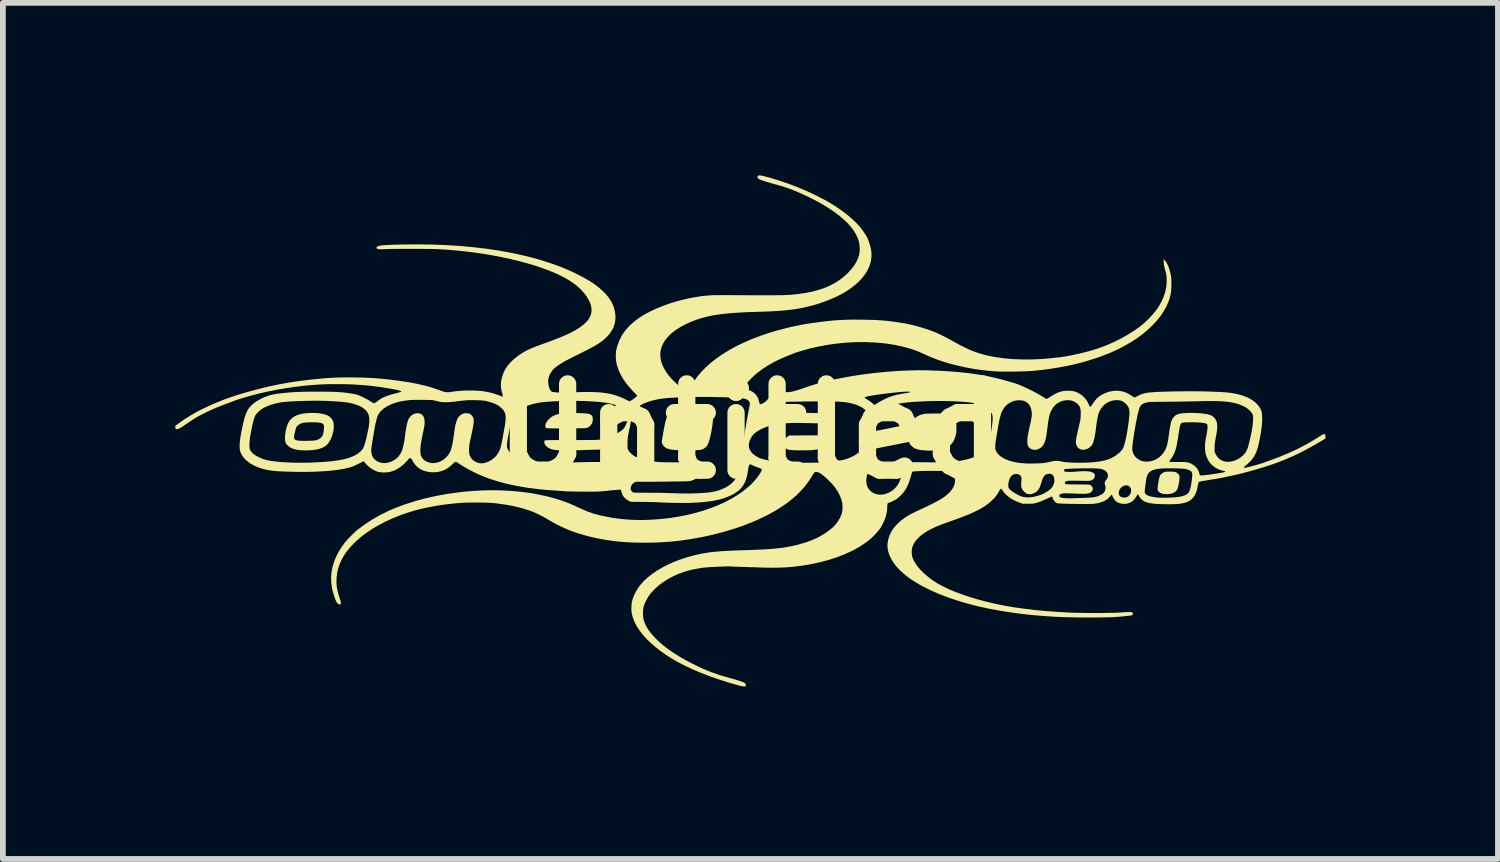
<source format=kicad_pcb>
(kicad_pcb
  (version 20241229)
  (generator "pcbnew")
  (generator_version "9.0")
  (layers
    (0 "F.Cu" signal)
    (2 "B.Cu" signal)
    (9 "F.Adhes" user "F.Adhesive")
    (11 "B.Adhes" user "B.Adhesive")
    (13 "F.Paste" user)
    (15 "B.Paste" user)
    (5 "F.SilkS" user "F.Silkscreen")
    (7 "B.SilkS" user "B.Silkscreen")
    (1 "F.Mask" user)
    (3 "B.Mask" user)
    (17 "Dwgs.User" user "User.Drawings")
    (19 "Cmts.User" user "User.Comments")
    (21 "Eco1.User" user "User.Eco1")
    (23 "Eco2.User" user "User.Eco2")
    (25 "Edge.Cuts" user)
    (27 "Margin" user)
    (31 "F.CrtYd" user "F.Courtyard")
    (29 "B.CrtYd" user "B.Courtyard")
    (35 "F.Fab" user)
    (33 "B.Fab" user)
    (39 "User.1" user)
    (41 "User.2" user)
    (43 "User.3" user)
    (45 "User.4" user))
  (footprint "Untitled"
    (layer "F.Cu")
    (at 10 4.448)
    (property "Reference" "Untitled" (at 0 0 0) (layer "F.SilkS") (effects (font (size 1.5 1.5) (thickness 0.3))))
    (attr board_only exclude_from_pos_files exclude_from_bom)
    (fp_poly (pts (xy 1.247 0.073) (xy 1.282 0.073) (xy 1.31 0.074) (xy 1.333 0.074) (xy 1.35 0.075) (xy 1.363 0.075) (xy 1.373 0.076) (xy 1.38 0.077) (xy 1.384 0.079) (xy 1.387 0.08) (xy 1.389 0.082) (xy 1.399 0.097) (xy 1.401 0.117) (xy 1.397 0.14) (xy 1.386 0.166) (xy 1.382 0.173) (xy 1.364 0.2) (xy 1.344 0.223) (xy 1.32 0.244) (xy 1.302 0.258) (xy 1.272 0.278) (xy 1.243 0.293) (xy 1.211 0.306) (xy 1.176 0.315) (xy 1.136 0.322) (xy 1.088 0.328) (xy 1.06 0.33) (xy 1.025 0.332) (xy 0.983 0.333) (xy 0.936 0.334) (xy 0.887 0.334) (xy 0.839 0.334) (xy 0.793 0.333) (xy 0.754 0.331) (xy 0.73 0.33) (xy 0.707 0.328) (xy 0.686 0.326) (xy 0.67 0.324) (xy 0.665 0.323) (xy 0.632 0.311) (xy 0.606 0.293) (xy 0.588 0.269) (xy 0.578 0.241) (xy 0.576 0.21) (xy 0.584 0.176) (xy 0.587 0.169) (xy 0.606 0.133) (xy 0.629 0.106) (xy 0.656 0.087) (xy 0.68 0.075) (xy 1.029 0.074) (xy 1.097 0.073) (xy 1.155 0.073) (xy 1.205 0.073)) (stroke (width 0) (type solid)) (fill yes) (layer "F.SilkS"))
    (fp_poly (pts (xy 7.332 0.703) (xy 7.362 0.706) (xy 7.385 0.71) (xy 7.404 0.717) (xy 7.42 0.726) (xy 7.432 0.736) (xy 7.445 0.749) (xy 7.454 0.762) (xy 7.46 0.777) (xy 7.463 0.795) (xy 7.463 0.819) (xy 7.46 0.848) (xy 7.455 0.884) (xy 7.447 0.925) (xy 7.438 0.967) (xy 7.427 1) (xy 7.415 1.026) (xy 7.398 1.046) (xy 7.378 1.062) (xy 7.352 1.075) (xy 7.327 1.083) (xy 7.305 1.09) (xy 7.283 1.093) (xy 7.259 1.095) (xy 7.239 1.095) (xy 7.214 1.094) (xy 7.191 1.092) (xy 7.172 1.09) (xy 7.165 1.088) (xy 7.131 1.075) (xy 7.105 1.058) (xy 7.088 1.036) (xy 7.081 1.01) (xy 7.08 1.001) (xy 7.081 0.988) (xy 7.083 0.968) (xy 7.086 0.944) (xy 7.09 0.917) (xy 7.09 0.917) (xy 7.098 0.872) (xy 7.104 0.837) (xy 7.111 0.808) (xy 7.118 0.786) (xy 7.125 0.769) (xy 7.134 0.756) (xy 7.145 0.744) (xy 7.158 0.734) (xy 7.163 0.731) (xy 7.181 0.72) (xy 7.198 0.712) (xy 7.217 0.707) (xy 7.24 0.704) (xy 7.27 0.703) (xy 7.295 0.703)) (stroke (width 0) (type solid)) (fill yes) (layer "F.SilkS"))
    (fp_poly (pts (xy -3.014 -0.314) (xy -2.959 -0.313) (xy -2.914 -0.311) (xy -2.876 -0.309) (xy -2.845 -0.306) (xy -2.821 -0.303) (xy -2.801 -0.298) (xy -2.786 -0.292) (xy -2.773 -0.284) (xy -2.763 -0.275) (xy -2.753 -0.264) (xy -2.753 -0.263) (xy -2.746 -0.251) (xy -2.743 -0.234) (xy -2.741 -0.214) (xy -2.743 -0.173) (xy -2.755 -0.137) (xy -2.776 -0.104) (xy -2.781 -0.098) (xy -2.807 -0.074) (xy -2.835 -0.059) (xy -2.867 -0.052) (xy -2.872 -0.052) (xy -2.887 -0.051) (xy -2.909 -0.051) (xy -2.939 -0.05) (xy -2.974 -0.05) (xy -3.015 -0.05) (xy -3.06 -0.049) (xy -3.108 -0.049) (xy -3.158 -0.049) (xy -3.208 -0.048) (xy -3.259 -0.048) (xy -3.308 -0.048) (xy -3.354 -0.048) (xy -3.398 -0.048) (xy -3.437 -0.048) (xy -3.47 -0.049) (xy -3.497 -0.049) (xy -3.516 -0.049) (xy -3.527 -0.05) (xy -3.528 -0.05) (xy -3.548 -0.055) (xy -3.56 -0.063) (xy -3.566 -0.077) (xy -3.567 -0.082) (xy -3.567 -0.105) (xy -3.559 -0.131) (xy -3.544 -0.16) (xy -3.524 -0.188) (xy -3.499 -0.215) (xy -3.484 -0.228) (xy -3.459 -0.247) (xy -3.432 -0.264) (xy -3.402 -0.277) (xy -3.37 -0.289) (xy -3.333 -0.298) (xy -3.291 -0.305) (xy -3.243 -0.309) (xy -3.189 -0.313) (xy -3.126 -0.314) (xy -3.056 -0.314)) (stroke (width 0) (type solid)) (fill yes) (layer "F.SilkS"))
    (fp_poly (pts (xy 3.27 -0.306) (xy 3.309 -0.306) (xy 3.345 -0.305) (xy 3.375 -0.303) (xy 3.398 -0.302) (xy 3.408 -0.301) (xy 3.453 -0.289) (xy 3.493 -0.271) (xy 3.527 -0.246) (xy 3.553 -0.214) (xy 3.571 -0.181) (xy 3.575 -0.17) (xy 3.578 -0.159) (xy 3.58 -0.147) (xy 3.581 -0.131) (xy 3.582 -0.11) (xy 3.582 -0.082) (xy 3.582 -0.063) (xy 3.582 -0.028) (xy 3.582 -0.002) (xy 3.581 0.019) (xy 3.578 0.037) (xy 3.575 0.053) (xy 3.571 0.071) (xy 3.571 0.073) (xy 3.553 0.128) (xy 3.531 0.175) (xy 3.505 0.214) (xy 3.472 0.247) (xy 3.432 0.273) (xy 3.385 0.295) (xy 3.353 0.306) (xy 3.323 0.315) (xy 3.294 0.321) (xy 3.26 0.327) (xy 3.222 0.331) (xy 3.183 0.335) (xy 3.159 0.337) (xy 3.14 0.338) (xy 3.124 0.339) (xy 3.108 0.339) (xy 3.09 0.338) (xy 3.068 0.337) (xy 3.039 0.335) (xy 3.022 0.334) (xy 2.969 0.329) (xy 2.923 0.321) (xy 2.884 0.31) (xy 2.851 0.295) (xy 2.822 0.275) (xy 2.802 0.258) (xy 2.777 0.227) (xy 2.758 0.191) (xy 2.747 0.15) (xy 2.743 0.104) (xy 2.745 0.051) (xy 2.755 -0.008) (xy 2.765 -0.05) (xy 2.779 -0.098) (xy 2.796 -0.138) (xy 2.814 -0.172) (xy 2.836 -0.201) (xy 2.847 -0.212) (xy 2.886 -0.246) (xy 2.928 -0.271) (xy 2.974 -0.289) (xy 3.026 -0.3) (xy 3.029 -0.301) (xy 3.047 -0.303) (xy 3.074 -0.304) (xy 3.107 -0.305) (xy 3.145 -0.306) (xy 3.186 -0.306) (xy 3.228 -0.307)) (stroke (width 0) (type solid)) (fill yes) (layer "F.SilkS"))
    (fp_poly (pts (xy -0.938 -0.374) (xy -0.91 -0.373) (xy -0.748 -0.37) (xy -0.715 -0.354) (xy -0.697 -0.344) (xy -0.685 -0.335) (xy -0.676 -0.324) (xy -0.668 -0.309) (xy -0.66 -0.291) (xy -0.655 -0.274) (xy -0.652 -0.253) (xy -0.651 -0.237) (xy -0.651 -0.203) (xy -0.654 -0.162) (xy -0.659 -0.116) (xy -0.666 -0.067) (xy -0.675 -0.015) (xy -0.685 0.037) (xy -0.696 0.087) (xy -0.708 0.134) (xy -0.72 0.176) (xy -0.733 0.212) (xy -0.744 0.238) (xy -0.758 0.259) (xy -0.779 0.28) (xy -0.801 0.299) (xy -0.818 0.309) (xy -0.835 0.316) (xy -0.855 0.322) (xy -0.865 0.325) (xy -0.878 0.327) (xy -0.9 0.328) (xy -0.929 0.33) (xy -0.963 0.331) (xy -1.002 0.332) (xy -1.043 0.332) (xy -1.085 0.333) (xy -1.127 0.333) (xy -1.168 0.333) (xy -1.206 0.332) (xy -1.238 0.332) (xy -1.265 0.33) (xy -1.27 0.33) (xy -1.321 0.326) (xy -1.362 0.322) (xy -1.397 0.317) (xy -1.425 0.31) (xy -1.448 0.302) (xy -1.468 0.292) (xy -1.486 0.279) (xy -1.501 0.266) (xy -1.522 0.242) (xy -1.534 0.218) (xy -1.54 0.193) (xy -1.54 0.182) (xy -1.539 0.172) (xy -1.537 0.153) (xy -1.533 0.128) (xy -1.528 0.097) (xy -1.522 0.064) (xy -1.516 0.028) (xy -1.51 -0.007) (xy -1.504 -0.042) (xy -1.498 -0.073) (xy -1.492 -0.1) (xy -1.492 -0.1) (xy -1.483 -0.143) (xy -1.473 -0.183) (xy -1.463 -0.218) (xy -1.453 -0.245) (xy -1.445 -0.264) (xy -1.426 -0.292) (xy -1.399 -0.316) (xy -1.365 -0.337) (xy -1.327 -0.353) (xy -1.31 -0.357) (xy -1.287 -0.361) (xy -1.255 -0.365) (xy -1.216 -0.368) (xy -1.169 -0.371) (xy -1.117 -0.372) (xy -1.061 -0.374) (xy -1 -0.374)) (stroke (width 0) (type solid)) (fill yes) (layer "F.SilkS"))
    (fp_poly (pts (xy -7.531 -0.314) (xy -7.473 -0.307) (xy -7.42 -0.296) (xy -7.374 -0.282) (xy -7.357 -0.275) (xy -7.324 -0.256) (xy -7.296 -0.231) (xy -7.273 -0.203) (xy -7.26 -0.178) (xy -7.25 -0.142) (xy -7.246 -0.099) (xy -7.246 -0.053) (xy -7.252 -0.005) (xy -7.257 0.018) (xy -7.273 0.077) (xy -7.294 0.131) (xy -7.32 0.179) (xy -7.348 0.219) (xy -7.374 0.246) (xy -7.408 0.27) (xy -7.45 0.291) (xy -7.5 0.308) (xy -7.557 0.321) (xy -7.62 0.33) (xy -7.688 0.334) (xy -7.76 0.335) (xy -7.835 0.33) (xy -7.84 0.33) (xy -7.897 0.322) (xy -7.946 0.309) (xy -7.989 0.291) (xy -8.025 0.268) (xy -8.048 0.248) (xy -8.066 0.228) (xy -8.078 0.211) (xy -8.086 0.193) (xy -8.086 0.191) (xy -8.092 0.161) (xy -8.095 0.125) (xy -8.094 0.106) (xy -7.936 0.106) (xy -7.935 0.125) (xy -7.928 0.139) (xy -7.915 0.149) (xy -7.895 0.157) (xy -7.873 0.163) (xy -7.856 0.165) (xy -7.831 0.167) (xy -7.8 0.168) (xy -7.764 0.169) (xy -7.726 0.169) (xy -7.688 0.168) (xy -7.65 0.167) (xy -7.616 0.165) (xy -7.587 0.163) (xy -7.564 0.16) (xy -7.553 0.158) (xy -7.511 0.143) (xy -7.478 0.122) (xy -7.452 0.097) (xy -7.435 0.068) (xy -7.432 0.059) (xy -7.429 0.043) (xy -7.425 0.021) (xy -7.421 -0.005) (xy -7.419 -0.03) (xy -7.417 -0.057) (xy -7.416 -0.076) (xy -7.416 -0.089) (xy -7.417 -0.098) (xy -7.42 -0.107) (xy -7.423 -0.113) (xy -7.43 -0.124) (xy -7.44 -0.132) (xy -7.454 -0.139) (xy -7.474 -0.144) (xy -7.501 -0.148) (xy -7.525 -0.151) (xy -7.554 -0.153) (xy -7.588 -0.154) (xy -7.625 -0.154) (xy -7.663 -0.154) (xy -7.7 -0.153) (xy -7.733 -0.15) (xy -7.761 -0.148) (xy -7.783 -0.144) (xy -7.79 -0.142) (xy -7.825 -0.129) (xy -7.853 -0.114) (xy -7.875 -0.097) (xy -7.884 -0.087) (xy -7.892 -0.077) (xy -7.899 -0.063) (xy -7.906 -0.044) (xy -7.912 -0.02) (xy -7.92 0.012) (xy -7.927 0.046) (xy -7.934 0.08) (xy -7.936 0.106) (xy -8.094 0.106) (xy -8.093 0.083) (xy -8.088 0.038) (xy -8.08 -0.009) (xy -8.07 -0.054) (xy -8.056 -0.097) (xy -8.041 -0.136) (xy -8.039 -0.14) (xy -8.013 -0.184) (xy -7.979 -0.221) (xy -7.937 -0.252) (xy -7.887 -0.277) (xy -7.832 -0.294) (xy -7.776 -0.306) (xy -7.716 -0.313) (xy -7.654 -0.317) (xy -7.592 -0.317)) (stroke (width 0) (type solid)) (fill yes) (layer "F.SilkS"))
    (fp_poly (pts (xy 0.188 -4.445) (xy 0.205 -4.441) (xy 0.266 -4.427) (xy 0.335 -4.408) (xy 0.409 -4.386) (xy 0.488 -4.362) (xy 0.568 -4.335) (xy 0.65 -4.307) (xy 0.73 -4.277) (xy 0.809 -4.247) (xy 0.843 -4.233) (xy 0.935 -4.195) (xy 1.026 -4.154) (xy 1.117 -4.111) (xy 1.204 -4.067) (xy 1.288 -4.024) (xy 1.365 -3.98) (xy 1.436 -3.938) (xy 1.485 -3.907) (xy 1.59 -3.834) (xy 1.686 -3.761) (xy 1.771 -3.688) (xy 1.847 -3.616) (xy 1.913 -3.542) (xy 1.969 -3.469) (xy 2.015 -3.396) (xy 2.03 -3.368) (xy 2.045 -3.335) (xy 2.06 -3.295) (xy 2.075 -3.252) (xy 2.087 -3.208) (xy 2.096 -3.169) (xy 2.098 -3.161) (xy 2.106 -3.088) (xy 2.104 -3.016) (xy 2.093 -2.945) (xy 2.071 -2.875) (xy 2.04 -2.805) (xy 2 -2.738) (xy 1.95 -2.671) (xy 1.891 -2.607) (xy 1.823 -2.544) (xy 1.754 -2.49) (xy 1.682 -2.441) (xy 1.601 -2.393) (xy 1.513 -2.347) (xy 1.418 -2.304) (xy 1.318 -2.264) (xy 1.215 -2.227) (xy 1.109 -2.194) (xy 1.002 -2.166) (xy 0.895 -2.142) (xy 0.89 -2.141) (xy 0.834 -2.131) (xy 0.776 -2.122) (xy 0.715 -2.113) (xy 0.652 -2.106) (xy 0.584 -2.099) (xy 0.511 -2.093) (xy 0.432 -2.088) (xy 0.346 -2.083) (xy 0.253 -2.079) (xy 0.151 -2.076) (xy 0.065 -2.073) (xy -0.061 -2.069) (xy -0.177 -2.063) (xy -0.285 -2.056) (xy -0.384 -2.048) (xy -0.475 -2.039) (xy -0.559 -2.028) (xy -0.637 -2.016) (xy -0.708 -2.002) (xy -0.738 -1.995) (xy -0.84 -1.969) (xy -0.937 -1.938) (xy -1.03 -1.903) (xy -1.117 -1.864) (xy -1.198 -1.822) (xy -1.272 -1.777) (xy -1.339 -1.729) (xy -1.398 -1.678) (xy -1.448 -1.626) (xy -1.49 -1.571) (xy -1.52 -1.52) (xy -1.546 -1.46) (xy -1.562 -1.399) (xy -1.568 -1.337) (xy -1.564 -1.275) (xy -1.551 -1.211) (xy -1.528 -1.146) (xy -1.51 -1.108) (xy -1.484 -1.059) (xy -1.455 -1.013) (xy -1.422 -0.969) (xy -1.384 -0.925) (xy -1.34 -0.879) (xy -1.289 -0.83) (xy -1.283 -0.824) (xy -1.254 -0.798) (xy -1.23 -0.778) (xy -1.21 -0.764) (xy -1.191 -0.755) (xy -1.172 -0.749) (xy -1.152 -0.746) (xy -1.128 -0.745) (xy -1.125 -0.745) (xy -1.1 -0.746) (xy -1.081 -0.747) (xy -1.066 -0.752) (xy -1.052 -0.76) (xy -1.04 -0.773) (xy -1.026 -0.792) (xy -1.01 -0.818) (xy -1.003 -0.829) (xy -0.971 -0.88) (xy -0.94 -0.925) (xy -0.908 -0.967) (xy -0.872 -1.009) (xy -0.847 -1.038) (xy -0.767 -1.119) (xy -0.678 -1.197) (xy -0.58 -1.273) (xy -0.474 -1.345) (xy -0.36 -1.415) (xy -0.238 -1.481) (xy -0.109 -1.543) (xy 0.027 -1.602) (xy 0.17 -1.656) (xy 0.318 -1.707) (xy 0.472 -1.753) (xy 0.631 -1.794) (xy 0.667 -1.803) (xy 0.715 -1.814) (xy 0.767 -1.825) (xy 0.821 -1.836) (xy 0.876 -1.847) (xy 0.929 -1.857) (xy 0.978 -1.866) (xy 1.02 -1.872) (xy 1.038 -1.875) (xy 1.134 -1.888) (xy 1.222 -1.9) (xy 1.304 -1.91) (xy 1.38 -1.918) (xy 1.452 -1.925) (xy 1.522 -1.93) (xy 1.592 -1.934) (xy 1.662 -1.937) (xy 1.735 -1.939) (xy 1.812 -1.94) (xy 1.894 -1.939) (xy 1.95 -1.939) (xy 2.041 -1.937) (xy 2.124 -1.935) (xy 2.2 -1.932) (xy 2.273 -1.927) (xy 2.343 -1.921) (xy 2.413 -1.914) (xy 2.484 -1.905) (xy 2.559 -1.894) (xy 2.639 -1.881) (xy 2.69 -1.873) (xy 2.768 -1.857) (xy 2.852 -1.837) (xy 2.939 -1.813) (xy 3.028 -1.786) (xy 3.115 -1.757) (xy 3.19 -1.729) (xy 3.245 -1.706) (xy 3.308 -1.677) (xy 3.376 -1.643) (xy 3.451 -1.604) (xy 3.53 -1.56) (xy 3.547 -1.55) (xy 3.637 -1.501) (xy 3.722 -1.458) (xy 3.803 -1.42) (xy 3.881 -1.388) (xy 3.959 -1.36) (xy 4.039 -1.336) (xy 4.121 -1.315) (xy 4.208 -1.297) (xy 4.263 -1.288) (xy 4.41 -1.267) (xy 4.563 -1.253) (xy 4.722 -1.247) (xy 4.886 -1.247) (xy 5.053 -1.254) (xy 5.224 -1.268) (xy 5.247 -1.271) (xy 5.279 -1.274) (xy 5.307 -1.277) (xy 5.332 -1.28) (xy 5.35 -1.282) (xy 5.361 -1.283) (xy 5.391 -1.286) (xy 5.43 -1.292) (xy 5.475 -1.299) (xy 5.525 -1.308) (xy 5.579 -1.318) (xy 5.603 -1.323) (xy 5.758 -1.357) (xy 5.904 -1.395) (xy 6.044 -1.439) (xy 6.177 -1.487) (xy 6.305 -1.542) (xy 6.428 -1.602) (xy 6.548 -1.669) (xy 6.665 -1.742) (xy 6.745 -1.797) (xy 6.809 -1.846) (xy 6.872 -1.901) (xy 6.933 -1.961) (xy 6.991 -2.024) (xy 7.044 -2.087) (xy 7.089 -2.15) (xy 7.109 -2.182) (xy 7.155 -2.265) (xy 7.191 -2.348) (xy 7.216 -2.431) (xy 7.233 -2.516) (xy 7.239 -2.601) (xy 7.239 -2.638) (xy 7.238 -2.666) (xy 7.236 -2.688) (xy 7.234 -2.708) (xy 7.231 -2.728) (xy 7.226 -2.751) (xy 7.219 -2.779) (xy 7.213 -2.803) (xy 7.203 -2.839) (xy 7.197 -2.867) (xy 7.192 -2.89) (xy 7.189 -2.911) (xy 7.188 -2.931) (xy 7.188 -2.943) (xy 7.186 -2.993) (xy 7.208 -2.968) (xy 7.228 -2.943) (xy 7.245 -2.915) (xy 7.261 -2.883) (xy 7.276 -2.844) (xy 7.28 -2.83) (xy 7.295 -2.783) (xy 7.306 -2.74) (xy 7.314 -2.699) (xy 7.319 -2.656) (xy 7.321 -2.609) (xy 7.322 -2.558) (xy 7.32 -2.484) (xy 7.314 -2.416) (xy 7.302 -2.353) (xy 7.285 -2.292) (xy 7.262 -2.23) (xy 7.235 -2.171) (xy 7.188 -2.086) (xy 7.132 -2.002) (xy 7.066 -1.92) (xy 6.992 -1.84) (xy 6.909 -1.762) (xy 6.819 -1.687) (xy 6.722 -1.615) (xy 6.617 -1.547) (xy 6.506 -1.483) (xy 6.39 -1.423) (xy 6.277 -1.371) (xy 6.241 -1.356) (xy 6.2 -1.34) (xy 6.156 -1.323) (xy 6.113 -1.306) (xy 6.07 -1.291) (xy 6.032 -1.277) (xy 6 -1.267) (xy 5.99 -1.263) (xy 5.968 -1.256) (xy 5.94 -1.248) (xy 5.91 -1.238) (xy 5.884 -1.23) (xy 5.768 -1.196) (xy 5.643 -1.164) (xy 5.511 -1.135) (xy 5.374 -1.109) (xy 5.232 -1.086) (xy 5.088 -1.067) (xy 4.943 -1.052) (xy 4.924 -1.05) (xy 4.879 -1.046) (xy 4.826 -1.043) (xy 4.767 -1.041) (xy 4.705 -1.039) (xy 4.639 -1.037) (xy 4.573 -1.036) (xy 4.507 -1.036) (xy 4.442 -1.036) (xy 4.382 -1.036) (xy 4.326 -1.037) (xy 4.277 -1.039) (xy 4.237 -1.042) (xy 4.23 -1.042) (xy 4.149 -1.05) (xy 4.075 -1.057) (xy 4.007 -1.065) (xy 3.943 -1.074) (xy 3.881 -1.083) (xy 3.817 -1.095) (xy 3.751 -1.107) (xy 3.726 -1.112) (xy 3.595 -1.142) (xy 3.472 -1.173) (xy 3.355 -1.208) (xy 3.244 -1.246) (xy 3.136 -1.289) (xy 3.045 -1.329) (xy 2.993 -1.353) (xy 2.947 -1.373) (xy 2.906 -1.39) (xy 2.869 -1.405) (xy 2.832 -1.418) (xy 2.794 -1.43) (xy 2.752 -1.442) (xy 2.744 -1.445) (xy 2.631 -1.474) (xy 2.517 -1.499) (xy 2.402 -1.518) (xy 2.283 -1.532) (xy 2.159 -1.542) (xy 2.027 -1.548) (xy 1.995 -1.549) (xy 1.839 -1.548) (xy 1.679 -1.54) (xy 1.517 -1.525) (xy 1.355 -1.503) (xy 1.195 -1.474) (xy 1.04 -1.439) (xy 1.035 -1.438) (xy 1.003 -1.429) (xy 0.967 -1.419) (xy 0.929 -1.408) (xy 0.889 -1.397) (xy 0.851 -1.385) (xy 0.816 -1.374) (xy 0.785 -1.364) (xy 0.761 -1.355) (xy 0.744 -1.349) (xy 0.743 -1.348) (xy 0.733 -1.344) (xy 0.715 -1.337) (xy 0.693 -1.328) (xy 0.668 -1.318) (xy 0.657 -1.314) (xy 0.53 -1.26) (xy 0.412 -1.203) (xy 0.303 -1.141) (xy 0.202 -1.075) (xy 0.109 -1.004) (xy 0.107 -1.002) (xy 0.073 -0.973) (xy 0.038 -0.94) (xy 0.003 -0.906) (xy -0.029 -0.871) (xy -0.059 -0.837) (xy -0.085 -0.806) (xy -0.104 -0.778) (xy -0.115 -0.761) (xy -0.118 -0.752) (xy -0.116 -0.745) (xy -0.107 -0.739) (xy -0.092 -0.733) (xy -0.067 -0.726) (xy -0.063 -0.725) (xy -0.01 -0.708) (xy 0.037 -0.684) (xy 0.077 -0.653) (xy 0.083 -0.648) (xy 0.108 -0.617) (xy 0.128 -0.584) (xy 0.142 -0.546) (xy 0.15 -0.517) (xy 0.155 -0.497) (xy 0.159 -0.481) (xy 0.163 -0.47) (xy 0.164 -0.469) (xy 0.172 -0.468) (xy 0.186 -0.471) (xy 0.204 -0.478) (xy 0.224 -0.487) (xy 0.244 -0.499) (xy 0.247 -0.5) (xy 0.259 -0.51) (xy 0.275 -0.525) (xy 0.293 -0.544) (xy 0.304 -0.556) (xy 0.328 -0.584) (xy 0.329 -0.585) (xy 1.988 -0.585) (xy 1.989 -0.58) (xy 1.995 -0.574) (xy 2.007 -0.565) (xy 2.027 -0.553) (xy 2.041 -0.544) (xy 2.065 -0.529) (xy 2.09 -0.511) (xy 2.112 -0.493) (xy 2.119 -0.487) (xy 2.134 -0.473) (xy 2.147 -0.462) (xy 2.155 -0.456) (xy 2.156 -0.455) (xy 2.162 -0.458) (xy 2.173 -0.465) (xy 2.19 -0.475) (xy 2.206 -0.486) (xy 2.23 -0.501) (xy 2.26 -0.518) (xy 2.29 -0.534) (xy 2.31 -0.545) (xy 2.359 -0.568) (xy 2.405 -0.588) (xy 2.451 -0.605) (xy 2.499 -0.62) (xy 2.55 -0.633) (xy 2.607 -0.645) (xy 2.671 -0.656) (xy 2.676 -0.657) (xy 2.707 -0.662) (xy 2.733 -0.667) (xy 2.755 -0.671) (xy 2.771 -0.675) (xy 2.778 -0.677) (xy 2.778 -0.677) (xy 2.779 -0.682) (xy 2.77 -0.685) (xy 2.752 -0.687) (xy 2.725 -0.687) (xy 2.69 -0.686) (xy 2.648 -0.684) (xy 2.598 -0.68) (xy 2.55 -0.675) (xy 2.478 -0.668) (xy 2.409 -0.66) (xy 2.342 -0.652) (xy 2.279 -0.644) (xy 2.22 -0.636) (xy 2.166 -0.628) (xy 2.118 -0.62) (xy 2.077 -0.613) (xy 2.042 -0.606) (xy 2.016 -0.599) (xy 1.998 -0.593) (xy 1.992 -0.589) (xy 1.988 -0.585) (xy 0.329 -0.585) (xy 0.35 -0.606) (xy 0.371 -0.623) (xy 0.394 -0.638) (xy 0.4 -0.641) (xy 0.417 -0.651) (xy 0.434 -0.658) (xy 0.453 -0.663) (xy 0.474 -0.667) (xy 0.501 -0.671) (xy 0.533 -0.673) (xy 0.574 -0.675) (xy 0.585 -0.675) (xy 0.614 -0.677) (xy 0.64 -0.678) (xy 0.662 -0.679) (xy 0.684 -0.681) (xy 0.705 -0.684) (xy 0.726 -0.688) (xy 0.749 -0.693) (xy 0.775 -0.7) (xy 0.804 -0.709) (xy 0.838 -0.719) (xy 0.877 -0.732) (xy 0.923 -0.748) (xy 0.977 -0.766) (xy 1.022 -0.782) (xy 1.127 -0.815) (xy 1.241 -0.847) (xy 1.363 -0.878) (xy 1.491 -0.906) (xy 1.626 -0.932) (xy 1.765 -0.957) (xy 1.907 -0.979) (xy 2.053 -0.999) (xy 2.2 -1.016) (xy 2.348 -1.03) (xy 2.496 -1.042) (xy 2.642 -1.051) (xy 2.786 -1.056) (xy 2.927 -1.059) (xy 3.063 -1.058) (xy 3.07 -1.058) (xy 3.263 -1.051) (xy 3.447 -1.041) (xy 3.623 -1.027) (xy 3.79 -1.009) (xy 3.949 -0.987) (xy 4.101 -0.961) (xy 4.244 -0.93) (xy 4.38 -0.896) (xy 4.446 -0.877) (xy 4.475 -0.869) (xy 4.505 -0.86) (xy 4.531 -0.853) (xy 4.552 -0.847) (xy 4.558 -0.845) (xy 4.598 -0.833) (xy 4.645 -0.817) (xy 4.697 -0.796) (xy 4.753 -0.772) (xy 4.811 -0.745) (xy 4.871 -0.716) (xy 4.93 -0.686) (xy 4.987 -0.656) (xy 5.04 -0.625) (xy 5.089 -0.595) (xy 5.097 -0.59) (xy 5.117 -0.578) (xy 5.133 -0.568) (xy 5.146 -0.562) (xy 5.151 -0.56) (xy 5.157 -0.563) (xy 5.171 -0.57) (xy 5.188 -0.581) (xy 5.209 -0.594) (xy 5.215 -0.598) (xy 5.267 -0.63) (xy 5.315 -0.656) (xy 5.363 -0.676) (xy 5.404 -0.689) (xy 5.425 -0.695) (xy 5.444 -0.698) (xy 5.462 -0.701) (xy 5.484 -0.702) (xy 5.512 -0.702) (xy 5.525 -0.703) (xy 5.564 -0.702) (xy 5.596 -0.699) (xy 5.624 -0.694) (xy 5.651 -0.686) (xy 5.679 -0.675) (xy 5.706 -0.661) (xy 5.757 -0.63) (xy 5.801 -0.591) (xy 5.84 -0.546) (xy 5.87 -0.495) (xy 5.879 -0.475) (xy 5.887 -0.457) (xy 5.894 -0.441) (xy 5.899 -0.432) (xy 5.899 -0.431) (xy 5.907 -0.425) (xy 5.918 -0.429) (xy 5.931 -0.443) (xy 5.943 -0.46) (xy 5.972 -0.503) (xy 5.998 -0.538) (xy 6.023 -0.567) (xy 6.049 -0.591) (xy 6.078 -0.613) (xy 6.105 -0.63) (xy 6.165 -0.66) (xy 6.227 -0.683) (xy 6.291 -0.697) (xy 6.354 -0.703) (xy 6.417 -0.7) (xy 6.477 -0.689) (xy 6.534 -0.67) (xy 6.554 -0.66) (xy 6.577 -0.648) (xy 6.603 -0.633) (xy 6.627 -0.617) (xy 6.632 -0.613) (xy 6.65 -0.601) (xy 6.665 -0.592) (xy 6.675 -0.586) (xy 6.678 -0.585) (xy 6.685 -0.587) (xy 6.698 -0.593) (xy 6.717 -0.602) (xy 6.736 -0.612) (xy 6.764 -0.626) (xy 6.791 -0.638) (xy 6.819 -0.648) (xy 6.849 -0.657) (xy 6.882 -0.664) (xy 6.918 -0.67) (xy 6.96 -0.674) (xy 7.008 -0.678) (xy 7.062 -0.681) (xy 7.126 -0.684) (xy 7.162 -0.685) (xy 7.32 -0.69) (xy 7.468 -0.692) (xy 7.61 -0.694) (xy 7.745 -0.693) (xy 7.876 -0.692) (xy 8.004 -0.688) (xy 8.13 -0.683) (xy 8.195 -0.68) (xy 8.297 -0.672) (xy 8.39 -0.66) (xy 8.475 -0.643) (xy 8.553 -0.621) (xy 8.624 -0.595) (xy 8.688 -0.564) (xy 8.738 -0.533) (xy 8.779 -0.501) (xy 8.816 -0.465) (xy 8.848 -0.425) (xy 8.872 -0.384) (xy 8.886 -0.351) (xy 8.892 -0.324) (xy 8.897 -0.288) (xy 8.899 -0.246) (xy 8.9 -0.2) (xy 8.898 -0.151) (xy 8.894 -0.101) (xy 8.89 -0.065) (xy 8.881 0.001) (xy 8.87 0.067) (xy 8.859 0.131) (xy 8.846 0.191) (xy 8.834 0.247) (xy 8.821 0.294) (xy 8.817 0.309) (xy 8.791 0.379) (xy 8.757 0.443) (xy 8.716 0.501) (xy 8.665 0.554) (xy 8.619 0.592) (xy 8.597 0.61) (xy 8.585 0.622) (xy 8.581 0.631) (xy 8.586 0.635) (xy 8.6 0.636) (xy 8.603 0.636) (xy 8.618 0.634) (xy 8.641 0.629) (xy 8.67 0.622) (xy 8.705 0.613) (xy 8.742 0.603) (xy 8.781 0.593) (xy 8.82 0.582) (xy 8.857 0.571) (xy 8.891 0.56) (xy 8.921 0.551) (xy 8.944 0.543) (xy 8.957 0.537) (xy 8.967 0.534) (xy 8.984 0.527) (xy 9.007 0.519) (xy 9.034 0.509) (xy 9.06 0.5) (xy 9.199 0.448) (xy 9.336 0.391) (xy 9.47 0.331) (xy 9.597 0.267) (xy 9.613 0.259) (xy 9.654 0.237) (xy 9.698 0.212) (xy 9.743 0.186) (xy 9.786 0.161) (xy 9.827 0.136) (xy 9.864 0.114) (xy 9.894 0.094) (xy 9.9 0.09) (xy 9.932 0.07) (xy 9.958 0.057) (xy 9.978 0.052) (xy 9.987 0.053) (xy 9.994 0.055) (xy 9.998 0.059) (xy 9.999 0.068) (xy 10 0.083) (xy 10 0.092) (xy 10 0.128) (xy 9.899 0.189) (xy 9.77 0.263) (xy 9.646 0.331) (xy 9.524 0.393) (xy 9.403 0.449) (xy 9.281 0.501) (xy 9.157 0.549) (xy 9.027 0.594) (xy 8.892 0.637) (xy 8.875 0.642) (xy 8.756 0.677) (xy 8.645 0.708) (xy 8.538 0.736) (xy 8.434 0.761) (xy 8.33 0.784) (xy 8.225 0.806) (xy 8.116 0.826) (xy 8.001 0.845) (xy 7.923 0.858) (xy 7.878 0.865) (xy 7.843 0.871) (xy 7.819 0.876) (xy 7.804 0.881) (xy 7.799 0.883) (xy 7.794 0.893) (xy 7.788 0.912) (xy 7.782 0.938) (xy 7.782 0.939) (xy 7.771 0.994) (xy 7.759 1.041) (xy 7.745 1.08) (xy 7.729 1.114) (xy 7.709 1.144) (xy 7.685 1.171) (xy 7.684 1.172) (xy 7.655 1.198) (xy 7.621 1.219) (xy 7.583 1.236) (xy 7.538 1.25) (xy 7.486 1.26) (xy 7.449 1.265) (xy 7.425 1.267) (xy 7.393 1.269) (xy 7.354 1.27) (xy 7.311 1.271) (xy 7.265 1.271) (xy 7.218 1.27) (xy 7.171 1.27) (xy 7.127 1.268) (xy 7.087 1.267) (xy 7.052 1.265) (xy 7.029 1.263) (xy 6.979 1.257) (xy 6.937 1.25) (xy 6.902 1.241) (xy 6.873 1.231) (xy 6.847 1.219) (xy 6.824 1.204) (xy 6.822 1.202) (xy 6.8 1.184) (xy 6.783 1.166) (xy 6.768 1.145) (xy 6.758 1.126) (xy 6.749 1.111) (xy 6.742 1.101) (xy 6.738 1.098) (xy 6.734 1.102) (xy 6.726 1.113) (xy 6.717 1.128) (xy 6.713 1.135) (xy 6.684 1.178) (xy 6.65 1.213) (xy 6.611 1.239) (xy 6.568 1.256) (xy 6.521 1.264) (xy 6.5 1.265) (xy 6.453 1.261) (xy 6.409 1.249) (xy 6.371 1.229) (xy 6.355 1.217) (xy 6.339 1.2) (xy 6.323 1.178) (xy 6.308 1.154) (xy 6.297 1.131) (xy 6.295 1.126) (xy 6.29 1.113) (xy 6.285 1.106) (xy 6.283 1.105) (xy 6.277 1.109) (xy 6.268 1.119) (xy 6.256 1.132) (xy 6.256 1.133) (xy 6.224 1.168) (xy 6.187 1.196) (xy 6.143 1.22) (xy 6.092 1.239) (xy 6.033 1.254) (xy 6.007 1.258) (xy 5.986 1.261) (xy 5.964 1.264) (xy 5.94 1.265) (xy 5.91 1.266) (xy 5.874 1.267) (xy 5.831 1.267) (xy 5.817 1.267) (xy 5.768 1.267) (xy 5.716 1.267) (xy 5.664 1.266) (xy 5.612 1.265) (xy 5.561 1.264) (xy 5.513 1.263) (xy 5.469 1.262) (xy 5.429 1.26) (xy 5.395 1.259) (xy 5.367 1.257) (xy 5.347 1.256) (xy 5.336 1.254) (xy 5.336 1.254) (xy 5.313 1.243) (xy 5.292 1.224) (xy 5.274 1.201) (xy 5.261 1.175) (xy 5.258 1.165) (xy 5.253 1.151) (xy 5.249 1.143) (xy 5.245 1.14) (xy 5.241 1.138) (xy 5.235 1.139) (xy 5.224 1.143) (xy 5.208 1.15) (xy 5.185 1.161) (xy 5.174 1.167) (xy 5.119 1.192) (xy 5.071 1.213) (xy 5.028 1.229) (xy 4.988 1.243) (xy 4.966 1.249) (xy 4.947 1.254) (xy 4.931 1.257) (xy 4.914 1.26) (xy 4.894 1.261) (xy 4.871 1.262) (xy 4.84 1.262) (xy 4.827 1.262) (xy 4.737 1.263) (xy 4.684 1.244) (xy 4.615 1.217) (xy 4.552 1.184) (xy 4.495 1.147) (xy 4.447 1.107) (xy 4.407 1.063) (xy 4.388 1.036) (xy 4.377 1.02) (xy 4.367 1.007) (xy 4.36 1.001) (xy 4.358 1) (xy 4.349 1.005) (xy 4.338 1.019) (xy 4.324 1.043) (xy 4.318 1.057) (xy 4.295 1.096) (xy 4.264 1.138) (xy 4.226 1.18) (xy 4.182 1.222) (xy 4.134 1.263) (xy 4.082 1.3) (xy 4.056 1.317) (xy 4.017 1.34) (xy 3.976 1.363) (xy 3.933 1.385) (xy 3.888 1.407) (xy 3.838 1.43) (xy 3.783 1.453) (xy 3.723 1.477) (xy 3.656 1.503) (xy 3.581 1.531) (xy 3.505 1.558) (xy 3.448 1.578) (xy 3.4 1.596) (xy 3.358 1.611) (xy 3.322 1.624) (xy 3.291 1.637) (xy 3.262 1.648) (xy 3.236 1.659) (xy 3.211 1.67) (xy 3.185 1.682) (xy 3.158 1.695) (xy 3.147 1.7) (xy 3.075 1.739) (xy 3.011 1.78) (xy 2.955 1.823) (xy 2.907 1.869) (xy 2.868 1.916) (xy 2.837 1.965) (xy 2.817 2.015) (xy 2.813 2.029) (xy 2.807 2.063) (xy 2.805 2.102) (xy 2.808 2.143) (xy 2.812 2.173) (xy 2.826 2.218) (xy 2.849 2.265) (xy 2.879 2.315) (xy 2.917 2.366) (xy 2.962 2.417) (xy 3.014 2.468) (xy 3.071 2.518) (xy 3.132 2.567) (xy 3.185 2.604) (xy 3.262 2.652) (xy 3.347 2.698) (xy 3.442 2.744) (xy 3.545 2.788) (xy 3.658 2.831) (xy 3.781 2.873) (xy 3.785 2.875) (xy 3.932 2.92) (xy 4.085 2.961) (xy 4.243 2.999) (xy 4.407 3.032) (xy 4.577 3.062) (xy 4.755 3.087) (xy 4.939 3.11) (xy 5.132 3.128) (xy 5.333 3.143) (xy 5.543 3.155) (xy 5.58 3.156) (xy 5.623 3.158) (xy 5.673 3.159) (xy 5.728 3.16) (xy 5.787 3.161) (xy 5.85 3.162) (xy 5.915 3.162) (xy 5.98 3.162) (xy 6.046 3.162) (xy 6.111 3.162) (xy 6.173 3.161) (xy 6.232 3.16) (xy 6.286 3.159) (xy 6.335 3.158) (xy 6.376 3.157) (xy 6.41 3.155) (xy 6.432 3.154) (xy 6.466 3.151) (xy 6.501 3.149) (xy 6.535 3.147) (xy 6.563 3.146) (xy 6.576 3.146) (xy 6.6 3.146) (xy 6.617 3.146) (xy 6.628 3.148) (xy 6.635 3.151) (xy 6.641 3.156) (xy 6.643 3.158) (xy 6.652 3.169) (xy 6.654 3.179) (xy 6.647 3.189) (xy 6.643 3.193) (xy 6.639 3.197) (xy 6.635 3.2) (xy 6.63 3.202) (xy 6.622 3.205) (xy 6.611 3.207) (xy 6.595 3.209) (xy 6.573 3.211) (xy 6.544 3.214) (xy 6.507 3.218) (xy 6.482 3.22) (xy 6.438 3.225) (xy 6.396 3.228) (xy 6.355 3.231) (xy 6.314 3.234) (xy 6.271 3.236) (xy 6.226 3.237) (xy 6.177 3.239) (xy 6.123 3.239) (xy 6.063 3.24) (xy 5.996 3.24) (xy 5.92 3.241) (xy 5.89 3.241) (xy 5.748 3.24) (xy 5.615 3.238) (xy 5.488 3.235) (xy 5.366 3.231) (xy 5.249 3.225) (xy 5.133 3.217) (xy 5.018 3.208) (xy 4.902 3.198) (xy 4.783 3.185) (xy 4.763 3.183) (xy 4.552 3.156) (xy 4.348 3.124) (xy 4.153 3.088) (xy 3.964 3.047) (xy 3.784 3.001) (xy 3.611 2.95) (xy 3.447 2.895) (xy 3.291 2.836) (xy 3.144 2.772) (xy 3.006 2.703) (xy 3.002 2.702) (xy 2.912 2.651) (xy 2.83 2.601) (xy 2.755 2.549) (xy 2.686 2.496) (xy 2.623 2.44) (xy 2.579 2.397) (xy 2.527 2.339) (xy 2.482 2.278) (xy 2.445 2.216) (xy 2.416 2.154) (xy 2.396 2.092) (xy 2.385 2.031) (xy 2.383 1.972) (xy 2.385 1.95) (xy 2.398 1.879) (xy 2.42 1.811) (xy 2.452 1.747) (xy 2.492 1.685) (xy 2.543 1.626) (xy 2.603 1.57) (xy 2.622 1.554) (xy 2.65 1.532) (xy 2.677 1.512) (xy 2.703 1.494) (xy 2.731 1.476) (xy 2.761 1.458) (xy 2.795 1.44) (xy 2.834 1.42) (xy 2.878 1.398) (xy 2.93 1.374) (xy 2.975 1.353) (xy 3.051 1.318) (xy 3.118 1.286) (xy 3.177 1.256) (xy 3.229 1.229) (xy 3.275 1.204) (xy 3.315 1.18) (xy 3.351 1.157) (xy 3.383 1.135) (xy 3.411 1.112) (xy 3.437 1.089) (xy 3.461 1.066) (xy 3.465 1.062) (xy 3.503 1.017) (xy 3.531 0.972) (xy 3.539 0.952) (xy 4.485 0.952) (xy 4.488 0.978) (xy 4.495 0.993) (xy 4.511 1.013) (xy 4.536 1.035) (xy 4.571 1.06) (xy 4.615 1.087) (xy 4.618 1.089) (xy 4.657 1.11) (xy 4.691 1.126) (xy 4.722 1.138) (xy 4.751 1.145) (xy 4.781 1.15) (xy 4.79 1.15) (xy 4.815 1.152) (xy 4.837 1.152) (xy 4.859 1.151) (xy 4.884 1.148) (xy 4.915 1.143) (xy 4.923 1.142) (xy 4.96 1.134) (xy 4.978 1.129) (xy 5.371 1.129) (xy 5.378 1.143) (xy 5.388 1.151) (xy 5.4 1.155) (xy 5.42 1.159) (xy 5.446 1.163) (xy 5.476 1.165) (xy 5.507 1.167) (xy 5.539 1.168) (xy 5.568 1.168) (xy 5.575 1.167) (xy 5.591 1.167) (xy 5.616 1.166) (xy 5.645 1.165) (xy 5.679 1.164) (xy 5.714 1.163) (xy 5.725 1.163) (xy 5.787 1.161) (xy 5.84 1.159) (xy 5.885 1.157) (xy 5.924 1.154) (xy 5.957 1.151) (xy 5.985 1.146) (xy 6.009 1.141) (xy 6.031 1.135) (xy 6.051 1.128) (xy 6.071 1.119) (xy 6.085 1.112) (xy 6.113 1.098) (xy 6.133 1.083) (xy 6.148 1.067) (xy 6.148 1.067) (xy 6.405 1.067) (xy 6.407 1.094) (xy 6.414 1.115) (xy 6.429 1.133) (xy 6.45 1.146) (xy 6.477 1.154) (xy 6.507 1.155) (xy 6.537 1.15) (xy 6.541 1.149) (xy 6.568 1.137) (xy 6.59 1.116) (xy 6.607 1.091) (xy 6.618 1.063) (xy 6.619 1.05) (xy 6.857 1.05) (xy 6.859 1.069) (xy 6.865 1.084) (xy 6.871 1.092) (xy 6.889 1.108) (xy 6.916 1.122) (xy 6.953 1.134) (xy 7 1.144) (xy 7.055 1.152) (xy 7.095 1.156) (xy 7.124 1.157) (xy 7.162 1.158) (xy 7.204 1.158) (xy 7.249 1.157) (xy 7.295 1.156) (xy 7.339 1.154) (xy 7.379 1.151) (xy 7.412 1.148) (xy 7.412 1.148) (xy 7.468 1.14) (xy 7.515 1.129) (xy 7.554 1.116) (xy 7.584 1.101) (xy 7.608 1.082) (xy 7.626 1.059) (xy 7.631 1.05) (xy 7.642 1.024) (xy 7.652 0.99) (xy 7.661 0.95) (xy 7.669 0.904) (xy 7.676 0.854) (xy 7.681 0.803) (xy 7.684 0.774) (xy 7.684 0.745) (xy 7.68 0.723) (xy 7.672 0.707) (xy 7.657 0.693) (xy 7.634 0.681) (xy 7.633 0.68) (xy 7.616 0.672) (xy 7.599 0.666) (xy 7.58 0.661) (xy 7.559 0.657) (xy 7.533 0.653) (xy 7.503 0.651) (xy 7.466 0.649) (xy 7.421 0.648) (xy 7.375 0.647) (xy 7.298 0.646) (xy 7.231 0.646) (xy 7.172 0.648) (xy 7.121 0.652) (xy 7.077 0.658) (xy 7.039 0.665) (xy 7.007 0.674) (xy 6.979 0.686) (xy 6.956 0.7) (xy 6.936 0.716) (xy 6.917 0.74) (xy 6.9 0.774) (xy 6.887 0.817) (xy 6.878 0.87) (xy 6.875 0.893) (xy 6.872 0.922) (xy 6.867 0.954) (xy 6.863 0.985) (xy 6.862 0.994) (xy 6.858 1.026) (xy 6.857 1.05) (xy 6.619 1.05) (xy 6.621 1.033) (xy 6.617 1.004) (xy 6.61 0.985) (xy 6.593 0.963) (xy 6.572 0.949) (xy 6.547 0.942) (xy 6.521 0.943) (xy 6.495 0.95) (xy 6.469 0.963) (xy 6.446 0.982) (xy 6.426 1.007) (xy 6.412 1.037) (xy 6.411 1.04) (xy 6.405 1.067) (xy 6.148 1.067) (xy 6.161 1.048) (xy 6.162 1.045) (xy 6.174 1.013) (xy 6.176 0.979) (xy 6.169 0.945) (xy 6.168 0.941) (xy 6.163 0.924) (xy 6.16 0.907) (xy 6.16 0.903) (xy 6.163 0.889) (xy 6.171 0.871) (xy 6.182 0.853) (xy 6.193 0.839) (xy 6.196 0.836) (xy 6.203 0.828) (xy 6.209 0.813) (xy 6.213 0.804) (xy 6.218 0.774) (xy 6.214 0.745) (xy 6.202 0.719) (xy 6.18 0.696) (xy 6.151 0.676) (xy 6.115 0.662) (xy 6.098 0.657) (xy 6.077 0.654) (xy 6.048 0.651) (xy 6.011 0.649) (xy 5.967 0.647) (xy 5.918 0.646) (xy 5.863 0.646) (xy 5.805 0.646) (xy 5.745 0.647) (xy 5.683 0.649) (xy 5.633 0.65) (xy 5.587 0.652) (xy 5.551 0.654) (xy 5.522 0.655) (xy 5.501 0.657) (xy 5.485 0.658) (xy 5.474 0.66) (xy 5.466 0.662) (xy 5.462 0.664) (xy 5.459 0.666) (xy 5.451 0.679) (xy 5.452 0.69) (xy 5.462 0.699) (xy 5.481 0.705) (xy 5.483 0.706) (xy 5.506 0.708) (xy 5.532 0.709) (xy 5.565 0.709) (xy 5.605 0.708) (xy 5.652 0.705) (xy 5.684 0.702) (xy 5.75 0.698) (xy 5.806 0.696) (xy 5.855 0.697) (xy 5.895 0.702) (xy 5.927 0.709) (xy 5.953 0.719) (xy 5.972 0.732) (xy 5.973 0.733) (xy 5.984 0.745) (xy 5.989 0.756) (xy 5.99 0.772) (xy 5.987 0.798) (xy 5.977 0.819) (xy 5.958 0.839) (xy 5.958 0.839) (xy 5.95 0.846) (xy 5.942 0.851) (xy 5.932 0.856) (xy 5.921 0.859) (xy 5.906 0.861) (xy 5.888 0.863) (xy 5.864 0.864) (xy 5.833 0.864) (xy 5.796 0.864) (xy 5.75 0.863) (xy 5.716 0.863) (xy 5.661 0.862) (xy 5.615 0.862) (xy 5.578 0.862) (xy 5.548 0.862) (xy 5.524 0.864) (xy 5.506 0.866) (xy 5.493 0.869) (xy 5.484 0.873) (xy 5.477 0.878) (xy 5.472 0.884) (xy 5.471 0.886) (xy 5.468 0.902) (xy 5.473 0.915) (xy 5.486 0.923) (xy 5.486 0.923) (xy 5.494 0.923) (xy 5.51 0.924) (xy 5.534 0.925) (xy 5.564 0.925) (xy 5.6 0.926) (xy 5.64 0.926) (xy 5.684 0.926) (xy 5.697 0.927) (xy 5.747 0.927) (xy 5.788 0.927) (xy 5.821 0.927) (xy 5.847 0.928) (xy 5.867 0.929) (xy 5.882 0.93) (xy 5.893 0.931) (xy 5.901 0.932) (xy 5.907 0.934) (xy 5.912 0.937) (xy 5.916 0.939) (xy 5.937 0.957) (xy 5.95 0.979) (xy 5.955 1.003) (xy 5.951 1.026) (xy 5.938 1.048) (xy 5.917 1.066) (xy 5.912 1.069) (xy 5.903 1.074) (xy 5.893 1.078) (xy 5.882 1.081) (xy 5.869 1.084) (xy 5.854 1.086) (xy 5.835 1.088) (xy 5.812 1.089) (xy 5.783 1.089) (xy 5.749 1.089) (xy 5.707 1.088) (xy 5.659 1.086) (xy 5.602 1.084) (xy 5.537 1.082) (xy 5.493 1.081) (xy 5.458 1.082) (xy 5.43 1.084) (xy 5.408 1.089) (xy 5.392 1.095) (xy 5.383 1.101) (xy 5.372 1.114) (xy 5.371 1.129) (xy 4.978 1.129) (xy 5.001 1.123) (xy 5.043 1.109) (xy 5.081 1.094) (xy 5.101 1.085) (xy 5.129 1.07) (xy 5.157 1.052) (xy 5.184 1.034) (xy 5.208 1.016) (xy 5.226 1.001) (xy 5.231 0.995) (xy 5.259 0.957) (xy 5.277 0.916) (xy 5.286 0.875) (xy 5.285 0.833) (xy 5.278 0.802) (xy 5.269 0.778) (xy 5.255 0.761) (xy 5.242 0.751) (xy 5.229 0.745) (xy 5.216 0.742) (xy 5.198 0.741) (xy 5.19 0.742) (xy 5.164 0.745) (xy 5.142 0.752) (xy 5.124 0.763) (xy 5.108 0.78) (xy 5.093 0.803) (xy 5.08 0.833) (xy 5.066 0.872) (xy 5.058 0.9) (xy 5.043 0.945) (xy 5.029 0.982) (xy 5.013 1.011) (xy 4.995 1.034) (xy 4.974 1.054) (xy 4.949 1.07) (xy 4.928 1.081) (xy 4.891 1.093) (xy 4.854 1.097) (xy 4.818 1.092) (xy 4.813 1.09) (xy 4.794 1.081) (xy 4.773 1.064) (xy 4.752 1.044) (xy 4.734 1.022) (xy 4.721 1.001) (xy 4.721 1) (xy 4.715 0.985) (xy 4.711 0.971) (xy 4.709 0.954) (xy 4.709 0.933) (xy 4.709 0.906) (xy 4.712 0.871) (xy 4.712 0.865) (xy 4.714 0.84) (xy 4.714 0.822) (xy 4.714 0.81) (xy 4.712 0.8) (xy 4.708 0.791) (xy 4.705 0.786) (xy 4.69 0.767) (xy 4.669 0.754) (xy 4.644 0.746) (xy 4.616 0.745) (xy 4.588 0.749) (xy 4.562 0.76) (xy 4.539 0.777) (xy 4.539 0.778) (xy 4.523 0.798) (xy 4.509 0.826) (xy 4.498 0.857) (xy 4.49 0.89) (xy 4.485 0.922) (xy 4.485 0.952) (xy 3.539 0.952) (xy 3.549 0.926) (xy 3.558 0.878) (xy 3.557 0.829) (xy 3.547 0.779) (xy 3.534 0.743) (xy 3.53 0.731) (xy 3.526 0.721) (xy 3.521 0.714) (xy 3.515 0.707) (xy 3.506 0.703) (xy 3.495 0.699) (xy 3.479 0.696) (xy 3.458 0.695) (xy 3.431 0.693) (xy 3.397 0.693) (xy 3.355 0.692) (xy 3.304 0.692) (xy 3.289 0.692) (xy 3.218 0.691) (xy 3.151 0.691) (xy 3.088 0.692) (xy 3.029 0.692) (xy 2.977 0.693) (xy 2.931 0.695) (xy 2.892 0.697) (xy 2.86 0.699) (xy 2.837 0.701) (xy 2.823 0.703) (xy 2.818 0.705) (xy 2.814 0.713) (xy 2.808 0.728) (xy 2.802 0.748) (xy 2.795 0.77) (xy 2.778 0.829) (xy 2.761 0.88) (xy 2.743 0.925) (xy 2.725 0.965) (xy 2.705 1.002) (xy 2.682 1.038) (xy 2.662 1.065) (xy 2.637 1.094) (xy 2.608 1.124) (xy 2.58 1.151) (xy 2.553 1.172) (xy 2.547 1.177) (xy 2.522 1.192) (xy 2.492 1.209) (xy 2.461 1.224) (xy 2.432 1.237) (xy 2.416 1.242) (xy 2.401 1.249) (xy 2.389 1.256) (xy 2.385 1.26) (xy 2.383 1.269) (xy 2.381 1.285) (xy 2.38 1.306) (xy 2.38 1.32) (xy 2.377 1.376) (xy 2.367 1.435) (xy 2.351 1.495) (xy 2.347 1.508) (xy 2.34 1.526) (xy 2.33 1.549) (xy 2.318 1.576) (xy 2.305 1.603) (xy 2.292 1.63) (xy 2.279 1.655) (xy 2.268 1.675) (xy 2.259 1.689) (xy 2.256 1.693) (xy 2.248 1.702) (xy 2.237 1.716) (xy 2.228 1.728) (xy 2.172 1.793) (xy 2.111 1.853) (xy 2.044 1.91) (xy 1.97 1.964) (xy 1.888 2.016) (xy 1.798 2.066) (xy 1.75 2.09) (xy 1.631 2.144) (xy 1.504 2.193) (xy 1.369 2.237) (xy 1.228 2.275) (xy 1.081 2.308) (xy 0.929 2.335) (xy 0.89 2.34) (xy 0.808 2.351) (xy 0.727 2.36) (xy 0.645 2.367) (xy 0.562 2.371) (xy 0.475 2.374) (xy 0.384 2.375) (xy 0.285 2.374) (xy 0.179 2.371) (xy 0.177 2.371) (xy 0.128 2.369) (xy 0.073 2.367) (xy 0.016 2.366) (xy -0.04 2.364) (xy -0.092 2.362) (xy -0.138 2.361) (xy -0.146 2.361) (xy -0.186 2.359) (xy -0.224 2.358) (xy -0.26 2.357) (xy -0.292 2.355) (xy -0.317 2.354) (xy -0.333 2.353) (xy -0.335 2.353) (xy -0.354 2.352) (xy -0.381 2.352) (xy -0.415 2.352) (xy -0.456 2.353) (xy -0.5 2.355) (xy -0.547 2.357) (xy -0.596 2.359) (xy -0.645 2.361) (xy -0.693 2.364) (xy -0.738 2.367) (xy -0.778 2.371) (xy -0.812 2.374) (xy -0.841 2.377) (xy -0.877 2.383) (xy -0.917 2.39) (xy -0.959 2.398) (xy -1 2.406) (xy -1.038 2.414) (xy -1.055 2.418) (xy -1.155 2.447) (xy -1.252 2.483) (xy -1.346 2.525) (xy -1.435 2.573) (xy -1.518 2.626) (xy -1.596 2.684) (xy -1.665 2.747) (xy -1.727 2.813) (xy -1.755 2.848) (xy -1.776 2.879) (xy -1.797 2.915) (xy -1.818 2.954) (xy -1.836 2.994) (xy -1.85 3.03) (xy -1.856 3.051) (xy -1.862 3.081) (xy -1.866 3.117) (xy -1.868 3.156) (xy -1.868 3.196) (xy -1.865 3.232) (xy -1.861 3.264) (xy -1.858 3.276) (xy -1.839 3.334) (xy -1.813 3.39) (xy -1.78 3.446) (xy -1.739 3.503) (xy -1.689 3.561) (xy -1.658 3.595) (xy -1.588 3.663) (xy -1.511 3.729) (xy -1.428 3.793) (xy -1.337 3.856) (xy -1.238 3.918) (xy -1.13 3.98) (xy -1.012 4.042) (xy -0.995 4.05) (xy -0.906 4.094) (xy -0.823 4.132) (xy -0.744 4.166) (xy -0.667 4.196) (xy -0.59 4.223) (xy -0.511 4.249) (xy -0.445 4.268) (xy -0.38 4.287) (xy -0.324 4.302) (xy -0.277 4.316) (xy -0.236 4.328) (xy -0.203 4.339) (xy -0.175 4.347) (xy -0.153 4.355) (xy -0.135 4.362) (xy -0.121 4.368) (xy -0.11 4.374) (xy -0.101 4.379) (xy -0.095 4.384) (xy -0.084 4.398) (xy -0.08 4.414) (xy -0.082 4.428) (xy -0.086 4.435) (xy -0.095 4.439) (xy -0.109 4.44) (xy -0.131 4.438) (xy -0.16 4.433) (xy -0.197 4.424) (xy -0.226 4.416) (xy -0.398 4.366) (xy -0.562 4.313) (xy -0.719 4.258) (xy -0.868 4.2) (xy -1.01 4.14) (xy -1.143 4.077) (xy -1.267 4.012) (xy -1.382 3.946) (xy -1.462 3.894) (xy -1.56 3.826) (xy -1.649 3.756) (xy -1.731 3.685) (xy -1.805 3.614) (xy -1.87 3.542) (xy -1.926 3.469) (xy -1.974 3.397) (xy -2.012 3.326) (xy -2.041 3.254) (xy -2.059 3.189) (xy -2.067 3.144) (xy -2.07 3.093) (xy -2.069 3.041) (xy -2.065 2.993) (xy -2.053 2.937) (xy -2.033 2.877) (xy -2.005 2.816) (xy -1.971 2.755) (xy -1.93 2.696) (xy -1.902 2.66) (xy -1.846 2.599) (xy -1.78 2.539) (xy -1.706 2.481) (xy -1.625 2.426) (xy -1.536 2.374) (xy -1.442 2.324) (xy -1.342 2.279) (xy -1.237 2.238) (xy -1.128 2.201) (xy -1.016 2.169) (xy -0.985 2.161) (xy -0.925 2.147) (xy -0.867 2.134) (xy -0.808 2.123) (xy -0.749 2.114) (xy -0.688 2.105) (xy -0.624 2.098) (xy -0.555 2.092) (xy -0.482 2.086) (xy -0.402 2.082) (xy -0.314 2.078) (xy -0.218 2.074) (xy -0.182 2.073) (xy -0.073 2.069) (xy 0.028 2.066) (xy 0.12 2.062) (xy 0.204 2.058) (xy 0.282 2.054) (xy 0.353 2.049) (xy 0.418 2.043) (xy 0.479 2.037) (xy 0.536 2.031) (xy 0.59 2.023) (xy 0.641 2.015) (xy 0.691 2.005) (xy 0.739 1.995) (xy 0.788 1.984) (xy 0.837 1.971) (xy 0.887 1.957) (xy 0.895 1.955) (xy 0.986 1.927) (xy 1.069 1.896) (xy 1.146 1.862) (xy 1.219 1.824) (xy 1.291 1.781) (xy 1.362 1.731) (xy 1.383 1.715) (xy 1.438 1.669) (xy 1.484 1.621) (xy 1.522 1.569) (xy 1.555 1.513) (xy 1.56 1.504) (xy 1.578 1.462) (xy 1.591 1.424) (xy 1.598 1.386) (xy 1.602 1.346) (xy 1.602 1.32) (xy 1.601 1.283) (xy 1.598 1.251) (xy 1.592 1.222) (xy 1.582 1.191) (xy 1.572 1.163) (xy 1.545 1.1) (xy 1.514 1.042) (xy 1.479 0.989) (xy 1.438 0.937) (xy 1.388 0.884) (xy 1.387 0.883) (xy 1.367 0.862) (xy 2.015 0.862) (xy 2.016 0.895) (xy 2.022 0.926) (xy 2.024 0.936) (xy 2.037 0.973) (xy 2.056 1.004) (xy 2.081 1.034) (xy 2.086 1.039) (xy 2.124 1.068) (xy 2.167 1.089) (xy 2.214 1.101) (xy 2.264 1.105) (xy 2.315 1.1) (xy 2.337 1.095) (xy 2.359 1.088) (xy 2.385 1.078) (xy 2.412 1.067) (xy 2.421 1.062) (xy 2.445 1.049) (xy 2.465 1.036) (xy 2.485 1.02) (xy 2.507 0.999) (xy 2.513 0.993) (xy 2.534 0.971) (xy 2.549 0.954) (xy 2.561 0.936) (xy 2.572 0.917) (xy 2.581 0.9) (xy 2.594 0.872) (xy 2.605 0.843) (xy 2.615 0.811) (xy 2.625 0.776) (xy 2.634 0.735) (xy 2.644 0.687) (xy 2.653 0.631) (xy 2.655 0.623) (xy 2.662 0.589) (xy 2.672 0.565) (xy 2.684 0.551) (xy 2.687 0.549) (xy 2.698 0.546) (xy 2.718 0.544) (xy 2.749 0.542) (xy 2.788 0.54) (xy 2.836 0.54) (xy 2.893 0.539) (xy 2.958 0.54) (xy 3.032 0.541) (xy 3.05 0.541) (xy 3.13 0.542) (xy 3.207 0.542) (xy 3.282 0.542) (xy 3.351 0.541) (xy 3.416 0.538) (xy 3.474 0.536) (xy 3.524 0.532) (xy 3.565 0.528) (xy 3.57 0.527) (xy 3.665 0.513) (xy 3.753 0.494) (xy 3.832 0.472) (xy 3.903 0.447) (xy 3.965 0.417) (xy 4.009 0.391) (xy 4.048 0.359) (xy 4.084 0.32) (xy 4.115 0.276) (xy 4.122 0.263) (xy 4.258 0.263) (xy 4.258 0.287) (xy 4.259 0.305) (xy 4.261 0.319) (xy 4.265 0.331) (xy 4.271 0.345) (xy 4.274 0.351) (xy 4.297 0.387) (xy 4.329 0.421) (xy 4.369 0.451) (xy 4.417 0.479) (xy 4.472 0.503) (xy 4.533 0.523) (xy 4.599 0.539) (xy 4.669 0.551) (xy 4.71 0.555) (xy 4.736 0.557) (xy 4.76 0.559) (xy 4.78 0.561) (xy 4.793 0.562) (xy 4.807 0.563) (xy 4.83 0.563) (xy 4.86 0.563) (xy 4.893 0.563) (xy 4.93 0.562) (xy 4.967 0.561) (xy 5.003 0.56) (xy 5.037 0.559) (xy 5.065 0.557) (xy 5.087 0.556) (xy 5.095 0.555) (xy 5.118 0.552) (xy 5.147 0.546) (xy 5.179 0.54) (xy 5.21 0.533) (xy 5.216 0.532) (xy 5.256 0.523) (xy 5.29 0.518) (xy 5.319 0.516) (xy 5.348 0.517) (xy 5.378 0.521) (xy 5.41 0.528) (xy 5.438 0.533) (xy 5.468 0.538) (xy 5.502 0.541) (xy 5.543 0.544) (xy 5.561 0.545) (xy 5.657 0.549) (xy 5.749 0.549) (xy 5.838 0.548) (xy 5.922 0.543) (xy 6.001 0.536) (xy 6.072 0.527) (xy 6.137 0.515) (xy 6.193 0.501) (xy 6.222 0.491) (xy 6.273 0.47) (xy 6.322 0.444) (xy 6.367 0.415) (xy 6.408 0.382) (xy 6.443 0.349) (xy 6.47 0.314) (xy 6.482 0.293) (xy 6.641 0.293) (xy 6.641 0.313) (xy 6.642 0.33) (xy 6.645 0.345) (xy 6.648 0.357) (xy 6.664 0.401) (xy 6.688 0.439) (xy 6.721 0.471) (xy 6.762 0.498) (xy 6.764 0.499) (xy 6.794 0.514) (xy 6.821 0.523) (xy 6.85 0.528) (xy 6.883 0.53) (xy 6.893 0.53) (xy 6.951 0.525) (xy 6.958 0.523) (xy 7.287 0.523) (xy 7.288 0.53) (xy 7.29 0.532) (xy 7.295 0.534) (xy 7.308 0.535) (xy 7.328 0.536) (xy 7.357 0.536) (xy 7.394 0.536) (xy 7.427 0.536) (xy 7.476 0.536) (xy 7.517 0.536) (xy 7.551 0.537) (xy 7.579 0.54) (xy 7.603 0.544) (xy 7.625 0.549) (xy 7.645 0.556) (xy 7.665 0.566) (xy 7.677 0.572) (xy 7.718 0.598) (xy 7.753 0.63) (xy 7.78 0.667) (xy 7.799 0.707) (xy 7.805 0.731) (xy 7.81 0.747) (xy 7.814 0.759) (xy 7.816 0.764) (xy 7.821 0.767) (xy 7.83 0.769) (xy 7.844 0.77) (xy 7.863 0.769) (xy 7.89 0.767) (xy 7.924 0.763) (xy 7.968 0.758) (xy 8.005 0.753) (xy 8.044 0.747) (xy 8.084 0.741) (xy 8.123 0.735) (xy 8.159 0.729) (xy 8.192 0.723) (xy 8.218 0.718) (xy 8.238 0.713) (xy 8.247 0.71) (xy 8.257 0.705) (xy 8.256 0.7) (xy 8.246 0.695) (xy 8.227 0.69) (xy 8.169 0.675) (xy 8.118 0.653) (xy 8.072 0.625) (xy 8.029 0.59) (xy 8.019 0.58) (xy 7.999 0.559) (xy 7.983 0.541) (xy 7.971 0.523) (xy 7.959 0.502) (xy 7.95 0.484) (xy 7.932 0.441) (xy 7.918 0.4) (xy 7.91 0.357) (xy 7.906 0.309) (xy 7.905 0.273) (xy 7.906 0.244) (xy 7.907 0.214) (xy 7.91 0.188) (xy 7.912 0.17) (xy 7.922 0.118) (xy 7.93 0.074) (xy 7.937 0.038) (xy 7.942 0.008) (xy 7.945 -0.016) (xy 7.948 -0.035) (xy 7.949 -0.051) (xy 7.95 -0.064) (xy 7.95 -0.07) (xy 7.949 -0.09) (xy 7.947 -0.106) (xy 7.941 -0.119) (xy 7.931 -0.128) (xy 7.916 -0.135) (xy 7.894 -0.141) (xy 7.865 -0.145) (xy 7.827 -0.149) (xy 7.811 -0.15) (xy 7.785 -0.152) (xy 7.751 -0.153) (xy 7.712 -0.154) (xy 7.672 -0.154) (xy 7.632 -0.154) (xy 7.632 -0.154) (xy 7.589 -0.153) (xy 7.556 -0.152) (xy 7.531 -0.15) (xy 7.511 -0.147) (xy 7.497 -0.141) (xy 7.488 -0.133) (xy 7.481 -0.121) (xy 7.475 -0.106) (xy 7.47 -0.086) (xy 7.468 -0.075) (xy 7.464 -0.057) (xy 7.46 -0.033) (xy 7.455 -0.005) (xy 7.451 0.023) (xy 7.442 0.077) (xy 7.435 0.124) (xy 7.428 0.162) (xy 7.423 0.194) (xy 7.418 0.22) (xy 7.414 0.242) (xy 7.41 0.261) (xy 7.407 0.277) (xy 7.403 0.292) (xy 7.4 0.303) (xy 7.388 0.341) (xy 7.372 0.38) (xy 7.355 0.417) (xy 7.337 0.45) (xy 7.32 0.476) (xy 7.315 0.482) (xy 7.3 0.501) (xy 7.291 0.514) (xy 7.287 0.523) (xy 6.958 0.523) (xy 7.006 0.511) (xy 7.058 0.488) (xy 7.106 0.457) (xy 7.15 0.418) (xy 7.187 0.371) (xy 7.217 0.322) (xy 7.228 0.296) (xy 7.238 0.267) (xy 7.248 0.233) (xy 7.257 0.193) (xy 7.265 0.146) (xy 7.274 0.09) (xy 7.28 0.043) (xy 7.289 -0.021) (xy 7.298 -0.076) (xy 7.308 -0.124) (xy 7.317 -0.163) (xy 7.32 -0.171) (xy 7.337 -0.21) (xy 7.361 -0.245) (xy 7.39 -0.272) (xy 7.425 -0.292) (xy 7.425 -0.292) (xy 7.451 -0.3) (xy 7.486 -0.307) (xy 7.528 -0.312) (xy 7.575 -0.315) (xy 7.626 -0.317) (xy 7.68 -0.317) (xy 7.734 -0.316) (xy 7.789 -0.313) (xy 7.841 -0.309) (xy 7.89 -0.303) (xy 7.935 -0.297) (xy 7.973 -0.288) (xy 8.002 -0.279) (xy 8.028 -0.266) (xy 8.054 -0.246) (xy 8.077 -0.222) (xy 8.093 -0.198) (xy 8.094 -0.197) (xy 8.108 -0.162) (xy 8.116 -0.123) (xy 8.119 -0.078) (xy 8.116 -0.027) (xy 8.108 0.031) (xy 8.105 0.048) (xy 8.096 0.093) (xy 8.09 0.13) (xy 8.084 0.16) (xy 8.08 0.185) (xy 8.077 0.206) (xy 8.075 0.224) (xy 8.074 0.24) (xy 8.073 0.257) (xy 8.073 0.276) (xy 8.073 0.29) (xy 8.072 0.363) (xy 8.092 0.402) (xy 8.118 0.444) (xy 8.15 0.478) (xy 8.187 0.505) (xy 8.23 0.523) (xy 8.276 0.532) (xy 8.327 0.533) (xy 8.355 0.53) (xy 8.414 0.515) (xy 8.47 0.491) (xy 8.522 0.459) (xy 8.56 0.427) (xy 8.581 0.407) (xy 8.598 0.387) (xy 8.613 0.368) (xy 8.625 0.346) (xy 8.637 0.321) (xy 8.648 0.292) (xy 8.659 0.256) (xy 8.67 0.214) (xy 8.682 0.165) (xy 8.702 0.081) (xy 8.717 0.004) (xy 8.729 -0.066) (xy 8.737 -0.128) (xy 8.742 -0.181) (xy 8.742 -0.203) (xy 8.742 -0.231) (xy 8.742 -0.251) (xy 8.741 -0.266) (xy 8.738 -0.277) (xy 8.735 -0.288) (xy 8.729 -0.299) (xy 8.729 -0.301) (xy 8.71 -0.33) (xy 8.684 -0.359) (xy 8.651 -0.387) (xy 8.614 -0.413) (xy 8.584 -0.429) (xy 8.545 -0.447) (xy 8.506 -0.463) (xy 8.465 -0.477) (xy 8.422 -0.489) (xy 8.376 -0.498) (xy 8.326 -0.507) (xy 8.272 -0.513) (xy 8.212 -0.518) (xy 8.147 -0.521) (xy 8.075 -0.523) (xy 7.995 -0.524) (xy 7.907 -0.523) (xy 7.811 -0.521) (xy 7.787 -0.52) (xy 7.738 -0.519) (xy 7.68 -0.518) (xy 7.616 -0.517) (xy 7.547 -0.515) (xy 7.477 -0.514) (xy 7.406 -0.513) (xy 7.336 -0.513) (xy 7.27 -0.512) (xy 7.245 -0.512) (xy 7.181 -0.511) (xy 7.126 -0.511) (xy 7.079 -0.51) (xy 7.04 -0.51) (xy 7.008 -0.509) (xy 6.981 -0.508) (xy 6.959 -0.508) (xy 6.942 -0.507) (xy 6.928 -0.505) (xy 6.917 -0.504) (xy 6.907 -0.502) (xy 6.898 -0.501) (xy 6.893 -0.499) (xy 6.854 -0.488) (xy 6.824 -0.474) (xy 6.8 -0.457) (xy 6.782 -0.435) (xy 6.773 -0.419) (xy 6.764 -0.397) (xy 6.754 -0.365) (xy 6.744 -0.326) (xy 6.732 -0.278) (xy 6.721 -0.223) (xy 6.708 -0.161) (xy 6.696 -0.093) (xy 6.683 -0.02) (xy 6.678 0.01) (xy 6.668 0.073) (xy 6.66 0.126) (xy 6.653 0.172) (xy 6.648 0.211) (xy 6.644 0.243) (xy 6.642 0.27) (xy 6.641 0.293) (xy 6.482 0.293) (xy 6.484 0.289) (xy 6.494 0.265) (xy 6.504 0.231) (xy 6.515 0.191) (xy 6.526 0.144) (xy 6.537 0.091) (xy 6.548 0.035) (xy 6.558 -0.024) (xy 6.567 -0.085) (xy 6.576 -0.146) (xy 6.583 -0.207) (xy 6.588 -0.25) (xy 6.591 -0.298) (xy 6.592 -0.338) (xy 6.588 -0.371) (xy 6.581 -0.399) (xy 6.569 -0.425) (xy 6.553 -0.449) (xy 6.532 -0.472) (xy 6.499 -0.501) (xy 6.467 -0.521) (xy 6.433 -0.533) (xy 6.394 -0.539) (xy 6.37 -0.54) (xy 6.314 -0.535) (xy 6.261 -0.521) (xy 6.211 -0.499) (xy 6.166 -0.468) (xy 6.126 -0.43) (xy 6.092 -0.385) (xy 6.065 -0.334) (xy 6.05 -0.293) (xy 6.046 -0.276) (xy 6.041 -0.252) (xy 6.035 -0.222) (xy 6.029 -0.188) (xy 6.023 -0.151) (xy 6.018 -0.115) (xy 6.013 -0.08) (xy 6.009 -0.049) (xy 6.008 -0.035) (xy 6.002 0.008) (xy 5.995 0.052) (xy 5.987 0.096) (xy 5.978 0.137) (xy 5.968 0.174) (xy 5.959 0.204) (xy 5.95 0.226) (xy 5.933 0.25) (xy 5.91 0.274) (xy 5.882 0.295) (xy 5.862 0.306) (xy 5.824 0.319) (xy 5.788 0.324) (xy 5.754 0.32) (xy 5.724 0.309) (xy 5.699 0.289) (xy 5.679 0.262) (xy 5.671 0.244) (xy 5.666 0.231) (xy 5.663 0.218) (xy 5.661 0.206) (xy 5.66 0.191) (xy 5.66 0.175) (xy 5.662 0.155) (xy 5.666 0.131) (xy 5.671 0.101) (xy 5.679 0.066) (xy 5.688 0.024) (xy 5.699 -0.026) (xy 5.713 -0.085) (xy 5.722 -0.124) (xy 5.729 -0.155) (xy 5.734 -0.18) (xy 5.738 -0.202) (xy 5.74 -0.222) (xy 5.742 -0.241) (xy 5.743 -0.263) (xy 5.744 -0.286) (xy 5.745 -0.317) (xy 5.745 -0.34) (xy 5.744 -0.358) (xy 5.742 -0.372) (xy 5.739 -0.386) (xy 5.735 -0.401) (xy 5.729 -0.419) (xy 5.722 -0.434) (xy 5.713 -0.447) (xy 5.698 -0.463) (xy 5.691 -0.47) (xy 5.655 -0.5) (xy 5.617 -0.521) (xy 5.574 -0.534) (xy 5.527 -0.539) (xy 5.497 -0.538) (xy 5.441 -0.53) (xy 5.389 -0.513) (xy 5.342 -0.487) (xy 5.301 -0.454) (xy 5.265 -0.412) (xy 5.235 -0.362) (xy 5.224 -0.34) (xy 5.214 -0.316) (xy 5.206 -0.291) (xy 5.198 -0.266) (xy 5.192 -0.238) (xy 5.186 -0.206) (xy 5.18 -0.168) (xy 5.173 -0.123) (xy 5.167 -0.075) (xy 5.161 -0.023) (xy 5.155 0.02) (xy 5.15 0.056) (xy 5.145 0.087) (xy 5.14 0.112) (xy 5.135 0.134) (xy 5.13 0.154) (xy 5.124 0.173) (xy 5.12 0.185) (xy 5.103 0.225) (xy 5.083 0.256) (xy 5.058 0.281) (xy 5.043 0.293) (xy 5.007 0.312) (xy 4.971 0.323) (xy 4.936 0.325) (xy 4.903 0.319) (xy 4.873 0.306) (xy 4.847 0.284) (xy 4.829 0.258) (xy 4.823 0.245) (xy 4.82 0.23) (xy 4.817 0.21) (xy 4.816 0.185) (xy 4.816 0.167) (xy 4.816 0.151) (xy 4.817 0.134) (xy 4.819 0.115) (xy 4.822 0.093) (xy 4.826 0.067) (xy 4.832 0.036) (xy 4.84 -0.001) (xy 4.849 -0.046) (xy 4.86 -0.095) (xy 4.871 -0.144) (xy 4.879 -0.185) (xy 4.885 -0.219) (xy 4.89 -0.247) (xy 4.893 -0.27) (xy 4.894 -0.291) (xy 4.894 -0.309) (xy 4.893 -0.327) (xy 4.891 -0.339) (xy 4.881 -0.389) (xy 4.865 -0.432) (xy 4.842 -0.468) (xy 4.812 -0.497) (xy 4.774 -0.519) (xy 4.753 -0.528) (xy 4.729 -0.533) (xy 4.7 -0.536) (xy 4.667 -0.537) (xy 4.634 -0.535) (xy 4.605 -0.531) (xy 4.596 -0.529) (xy 4.558 -0.516) (xy 4.518 -0.497) (xy 4.481 -0.474) (xy 4.466 -0.463) (xy 4.443 -0.442) (xy 4.419 -0.414) (xy 4.396 -0.381) (xy 4.377 -0.347) (xy 4.37 -0.334) (xy 4.359 -0.303) (xy 4.347 -0.263) (xy 4.334 -0.214) (xy 4.322 -0.154) (xy 4.309 -0.085) (xy 4.295 -0.005) (xy 4.293 0.013) (xy 4.287 0.046) (xy 4.281 0.081) (xy 4.275 0.115) (xy 4.27 0.143) (xy 4.269 0.15) (xy 4.26 0.214) (xy 4.258 0.263) (xy 4.122 0.263) (xy 4.138 0.231) (xy 4.147 0.208) (xy 4.152 0.188) (xy 4.159 0.16) (xy 4.166 0.125) (xy 4.173 0.085) (xy 4.181 0.042) (xy 4.188 -0.002) (xy 4.195 -0.047) (xy 4.201 -0.09) (xy 4.206 -0.129) (xy 4.208 -0.146) (xy 4.212 -0.193) (xy 4.213 -0.232) (xy 4.21 -0.264) (xy 4.204 -0.292) (xy 4.193 -0.316) (xy 4.177 -0.339) (xy 4.156 -0.361) (xy 4.151 -0.366) (xy 4.109 -0.4) (xy 4.062 -0.429) (xy 4.009 -0.453) (xy 3.948 -0.473) (xy 3.88 -0.489) (xy 3.803 -0.501) (xy 3.765 -0.505) (xy 3.665 -0.513) (xy 3.556 -0.519) (xy 3.442 -0.523) (xy 3.323 -0.525) (xy 3.201 -0.524) (xy 3.079 -0.521) (xy 2.957 -0.516) (xy 2.838 -0.509) (xy 2.728 -0.5) (xy 2.636 -0.488) (xy 2.552 -0.472) (xy 2.477 -0.45) (xy 2.41 -0.424) (xy 2.352 -0.392) (xy 2.302 -0.356) (xy 2.261 -0.315) (xy 2.228 -0.27) (xy 2.221 -0.256) (xy 2.209 -0.232) (xy 2.2 -0.208) (xy 2.191 -0.181) (xy 2.182 -0.149) (xy 2.173 -0.111) (xy 2.165 -0.077) (xy 2.159 -0.044) (xy 2.151 -0.003) (xy 2.143 0.045) (xy 2.135 0.097) (xy 2.127 0.153) (xy 2.119 0.209) (xy 2.111 0.265) (xy 2.104 0.319) (xy 2.102 0.333) (xy 2.098 0.365) (xy 2.093 0.401) (xy 2.088 0.435) (xy 2.085 0.458) (xy 2.081 0.484) (xy 2.077 0.509) (xy 2.074 0.53) (xy 2.072 0.543) (xy 2.065 0.591) (xy 2.055 0.645) (xy 2.041 0.706) (xy 2.035 0.734) (xy 2.024 0.783) (xy 2.017 0.826) (xy 2.015 0.862) (xy 1.367 0.862) (xy 1.34 0.836) (xy 1.298 0.797) (xy 1.26 0.766) (xy 1.227 0.741) (xy 1.197 0.724) (xy 1.17 0.713) (xy 1.167 0.712) (xy 1.151 0.708) (xy 1.138 0.707) (xy 1.127 0.709) (xy 1.116 0.716) (xy 1.106 0.728) (xy 1.093 0.746) (xy 1.077 0.772) (xy 1.068 0.787) (xy 1.01 0.877) (xy 0.944 0.964) (xy 0.87 1.047) (xy 0.788 1.127) (xy 0.698 1.203) (xy 0.599 1.277) (xy 0.49 1.349) (xy 0.422 1.39) (xy 0.291 1.462) (xy 0.151 1.53) (xy 0.003 1.594) (xy -0.152 1.653) (xy -0.315 1.707) (xy -0.484 1.757) (xy -0.659 1.802) (xy -0.839 1.841) (xy -0.886 1.85) (xy -1.049 1.879) (xy -1.207 1.902) (xy -1.362 1.919) (xy -1.518 1.931) (xy -1.678 1.938) (xy -1.84 1.94) (xy -1.987 1.938) (xy -2.127 1.933) (xy -2.262 1.923) (xy -2.392 1.909) (xy -2.521 1.89) (xy -2.648 1.867) (xy -2.717 1.852) (xy -2.778 1.838) (xy -2.841 1.822) (xy -2.906 1.804) (xy -2.971 1.785) (xy -3.033 1.765) (xy -3.091 1.745) (xy -3.144 1.725) (xy -3.189 1.706) (xy -3.203 1.7) (xy -3.248 1.679) (xy -3.285 1.662) (xy -3.317 1.647) (xy -3.343 1.634) (xy -3.367 1.623) (xy -3.388 1.612) (xy -3.409 1.6) (xy -3.432 1.588) (xy -3.456 1.573) (xy -3.485 1.557) (xy -3.519 1.537) (xy -3.525 1.533) (xy -3.611 1.484) (xy -3.696 1.441) (xy -3.78 1.404) (xy -3.868 1.372) (xy -3.959 1.343) (xy -4.057 1.318) (xy -4.133 1.301) (xy -4.172 1.293) (xy -4.218 1.285) (xy -4.269 1.277) (xy -4.322 1.269) (xy -4.374 1.262) (xy -4.422 1.255) (xy -4.464 1.251) (xy -4.475 1.25) (xy -4.505 1.248) (xy -4.544 1.246) (xy -4.589 1.244) (xy -4.639 1.243) (xy -4.692 1.242) (xy -4.746 1.242) (xy -4.8 1.241) (xy -4.853 1.241) (xy -4.901 1.242) (xy -4.945 1.243) (xy -4.981 1.244) (xy -4.997 1.245) (xy -5.17 1.259) (xy -5.339 1.279) (xy -5.503 1.305) (xy -5.659 1.336) (xy -5.683 1.341) (xy -5.821 1.375) (xy -5.957 1.416) (xy -6.089 1.462) (xy -6.216 1.513) (xy -6.339 1.569) (xy -6.456 1.63) (xy -6.567 1.694) (xy -6.67 1.763) (xy -6.765 1.834) (xy -6.852 1.909) (xy -6.892 1.948) (xy -6.949 2.007) (xy -6.997 2.063) (xy -7.039 2.118) (xy -7.075 2.175) (xy -7.108 2.234) (xy -7.115 2.248) (xy -7.146 2.318) (xy -7.169 2.387) (xy -7.185 2.456) (xy -7.195 2.53) (xy -7.198 2.581) (xy -7.199 2.636) (xy -7.195 2.69) (xy -7.187 2.744) (xy -7.175 2.8) (xy -7.158 2.861) (xy -7.135 2.928) (xy -7.133 2.935) (xy -7.125 2.958) (xy -7.122 2.975) (xy -7.122 2.99) (xy -7.122 2.994) (xy -7.125 3.007) (xy -7.128 3.013) (xy -7.136 3.014) (xy -7.144 3.013) (xy -7.16 3.009) (xy -7.174 3.001) (xy -7.187 2.988) (xy -7.199 2.968) (xy -7.212 2.942) (xy -7.226 2.906) (xy -7.229 2.896) (xy -7.251 2.829) (xy -7.268 2.766) (xy -7.28 2.705) (xy -7.288 2.643) (xy -7.29 2.621) (xy -7.292 2.534) (xy -7.284 2.447) (xy -7.266 2.358) (xy -7.24 2.27) (xy -7.204 2.182) (xy -7.159 2.095) (xy -7.105 2.009) (xy -7.047 1.93) (xy -7.029 1.91) (xy -7.006 1.884) (xy -6.98 1.856) (xy -6.951 1.826) (xy -6.922 1.797) (xy -6.894 1.77) (xy -6.869 1.746) (xy -6.848 1.728) (xy -6.842 1.722) (xy -6.714 1.627) (xy -6.58 1.539) (xy -6.441 1.459) (xy -6.296 1.388) (xy -6.284 1.382) (xy -6.143 1.323) (xy -5.994 1.269) (xy -5.838 1.219) (xy -5.677 1.175) (xy -5.51 1.136) (xy -5.34 1.103) (xy -5.167 1.076) (xy -4.992 1.054) (xy -4.817 1.039) (xy -4.641 1.03) (xy -4.467 1.027) (xy -4.327 1.03) (xy -4.15 1.04) (xy -3.979 1.056) (xy -3.814 1.078) (xy -3.655 1.108) (xy -3.5 1.143) (xy -3.411 1.168) (xy -3.355 1.184) (xy -3.305 1.2) (xy -3.258 1.216) (xy -3.213 1.232) (xy -3.167 1.25) (xy -3.119 1.27) (xy -3.067 1.293) (xy -3.007 1.321) (xy -3.004 1.322) (xy -2.94 1.351) (xy -2.883 1.376) (xy -2.831 1.398) (xy -2.781 1.416) (xy -2.733 1.432) (xy -2.683 1.446) (xy -2.631 1.46) (xy -2.574 1.473) (xy -2.555 1.477) (xy -2.417 1.504) (xy -2.281 1.523) (xy -2.143 1.537) (xy -2.002 1.544) (xy -1.858 1.545) (xy -1.709 1.539) (xy -1.555 1.528) (xy -1.402 1.511) (xy -1.252 1.487) (xy -1.106 1.459) (xy -0.964 1.424) (xy -0.827 1.385) (xy -0.695 1.34) (xy -0.569 1.291) (xy -0.45 1.237) (xy -0.337 1.178) (xy -0.232 1.116) (xy -0.135 1.049) (xy -0.046 0.978) (xy 0.007 0.93) (xy 0.039 0.898) (xy 0.07 0.864) (xy 0.099 0.83) (xy 0.126 0.796) (xy 0.149 0.764) (xy 0.168 0.734) (xy 0.183 0.708) (xy 0.193 0.686) (xy 0.197 0.669) (xy 0.195 0.66) (xy 0.187 0.654) (xy 0.169 0.645) (xy 0.143 0.636) (xy 0.141 0.636) (xy 0.113 0.626) (xy 0.082 0.614) (xy 0.054 0.601) (xy 0.046 0.598) (xy 0.027 0.588) (xy 0.01 0.581) (xy -0.000463 0.576) (xy -0.004 0.575) (xy -0.01 0.578) (xy -0.018 0.585) (xy -0.021 0.591) (xy -0.025 0.599) (xy -0.029 0.611) (xy -0.032 0.628) (xy -0.037 0.651) (xy -0.042 0.683) (xy -0.047 0.715) (xy -0.061 0.785) (xy -0.079 0.846) (xy -0.101 0.901) (xy -0.129 0.949) (xy -0.162 0.991) (xy -0.201 1.03) (xy -0.23 1.052) (xy -0.284 1.088) (xy -0.344 1.12) (xy -0.409 1.148) (xy -0.481 1.173) (xy -0.56 1.194) (xy -0.646 1.211) (xy -0.741 1.225) (xy -0.843 1.236) (xy -0.955 1.243) (xy -1.008 1.246) (xy -1.077 1.248) (xy -1.156 1.249) (xy -1.242 1.248) (xy -1.337 1.247) (xy -1.438 1.244) (xy -1.545 1.24) (xy -1.653 1.235) (xy -1.682 1.234) (xy -1.72 1.233) (xy -1.763 1.232) (xy -1.809 1.231) (xy -1.856 1.231) (xy -1.902 1.23) (xy -1.913 1.23) (xy -1.957 1.23) (xy -1.994 1.23) (xy -2.022 1.23) (xy -2.044 1.229) (xy -2.061 1.229) (xy -2.073 1.227) (xy -2.083 1.226) (xy -2.09 1.224) (xy -2.097 1.221) (xy -2.103 1.218) (xy -2.149 1.192) (xy -2.186 1.161) (xy -2.211 1.131) (xy -2.221 1.113) (xy -2.231 1.091) (xy -2.239 1.069) (xy -2.244 1.05) (xy -2.245 1.042) (xy -2.249 1.027) (xy -2.26 1.019) (xy -2.279 1.016) (xy -2.287 1.017) (xy -2.354 1.024) (xy -2.411 1.029) (xy -2.461 1.034) (xy -2.504 1.039) (xy -2.541 1.042) (xy -2.575 1.045) (xy -2.604 1.047) (xy -2.632 1.049) (xy -2.658 1.051) (xy -2.684 1.051) (xy -2.711 1.052) (xy -2.741 1.052) (xy -2.773 1.052) (xy -2.81 1.052) (xy -2.852 1.052) (xy -2.883 1.052) (xy -2.934 1.052) (xy -2.986 1.051) (xy -3.036 1.051) (xy -3.083 1.05) (xy -3.126 1.049) (xy -3.163 1.048) (xy -3.192 1.047) (xy -3.208 1.046) (xy -3.282 1.041) (xy -3.348 1.036) (xy -3.406 1.032) (xy -3.457 1.028) (xy -3.502 1.025) (xy -3.542 1.022) (xy -3.578 1.019) (xy -3.611 1.016) (xy -3.642 1.013) (xy -3.672 1.01) (xy -3.701 1.006) (xy -3.732 1.003) (xy -3.737 1.002) (xy -3.878 0.984) (xy -4.016 0.961) (xy -4.15 0.935) (xy -4.278 0.905) (xy -4.4 0.871) (xy -4.515 0.835) (xy -4.623 0.796) (xy -4.678 0.773) (xy -4.782 0.726) (xy -4.877 0.678) (xy -4.964 0.63) (xy -5.041 0.582) (xy -5.069 0.564) (xy -5.09 0.55) (xy -5.106 0.541) (xy -5.116 0.535) (xy -5.124 0.533) (xy -5.129 0.533) (xy -5.133 0.535) (xy -5.139 0.538) (xy -5.139 0.538) (xy -5.148 0.545) (xy -5.162 0.557) (xy -5.179 0.572) (xy -5.194 0.586) (xy -5.239 0.625) (xy -5.283 0.655) (xy -5.33 0.678) (xy -5.381 0.696) (xy -5.429 0.708) (xy -5.48 0.715) (xy -5.536 0.715) (xy -5.594 0.71) (xy -5.648 0.698) (xy -5.684 0.687) (xy -5.737 0.662) (xy -5.785 0.629) (xy -5.826 0.588) (xy -5.861 0.54) (xy -5.878 0.51) (xy -5.891 0.488) (xy -5.904 0.474) (xy -5.917 0.468) (xy -5.929 0.47) (xy -5.937 0.477) (xy -5.948 0.489) (xy -5.955 0.498) (xy -5.965 0.51) (xy -5.981 0.527) (xy -6 0.546) (xy -6.02 0.567) (xy -6.025 0.572) (xy -6.082 0.62) (xy -6.141 0.659) (xy -6.202 0.689) (xy -6.265 0.708) (xy -6.331 0.718) (xy -6.39 0.718) (xy -6.416 0.716) (xy -6.442 0.713) (xy -6.464 0.71) (xy -6.473 0.708) (xy -6.525 0.689) (xy -6.576 0.661) (xy -6.626 0.626) (xy -6.671 0.585) (xy -6.691 0.562) (xy -6.705 0.546) (xy -6.717 0.534) (xy -6.725 0.526) (xy -6.727 0.525) (xy -6.733 0.527) (xy -6.746 0.533) (xy -6.765 0.542) (xy -6.788 0.554) (xy -6.81 0.565) (xy -6.838 0.579) (xy -6.867 0.592) (xy -6.893 0.604) (xy -6.914 0.613) (xy -6.924 0.617) (xy -6.978 0.634) (xy -7.04 0.649) (xy -7.11 0.663) (xy -7.189 0.675) (xy -7.276 0.685) (xy -7.372 0.694) (xy -7.478 0.7) (xy -7.589 0.706) (xy -7.645 0.707) (xy -7.707 0.708) (xy -7.773 0.709) (xy -7.841 0.708) (xy -7.911 0.708) (xy -7.98 0.706) (xy -8.048 0.704) (xy -8.113 0.702) (xy -8.173 0.699) (xy -8.228 0.696) (xy -8.275 0.692) (xy -8.312 0.688) (xy -8.404 0.674) (xy -8.489 0.653) (xy -8.568 0.627) (xy -8.639 0.595) (xy -8.702 0.558) (xy -8.758 0.516) (xy -8.785 0.49) (xy -8.817 0.454) (xy -8.842 0.418) (xy -8.862 0.38) (xy -8.869 0.361) (xy -8.877 0.333) (xy -8.882 0.299) (xy -8.883 0.258) (xy -8.882 0.24) (xy -8.712 0.24) (xy -8.712 0.272) (xy -8.71 0.296) (xy -8.705 0.315) (xy -8.697 0.333) (xy -8.685 0.352) (xy -8.674 0.366) (xy -8.651 0.39) (xy -8.619 0.414) (xy -8.581 0.437) (xy -8.537 0.459) (xy -8.49 0.479) (xy -8.44 0.495) (xy -8.425 0.5) (xy -8.382 0.509) (xy -8.331 0.518) (xy -8.271 0.526) (xy -8.205 0.533) (xy -8.133 0.539) (xy -8.057 0.543) (xy -7.977 0.547) (xy -7.894 0.549) (xy -7.81 0.549) (xy -7.726 0.549) (xy -7.643 0.547) (xy -7.612 0.545) (xy -7.523 0.541) (xy -7.443 0.536) (xy -7.37 0.531) (xy -7.303 0.525) (xy -7.242 0.518) (xy -7.185 0.51) (xy -7.131 0.501) (xy -7.079 0.49) (xy -7.066 0.487) (xy -6.996 0.469) (xy -6.932 0.446) (xy -6.874 0.419) (xy -6.825 0.389) (xy -6.783 0.356) (xy -6.763 0.334) (xy -6.594 0.334) (xy -6.594 0.348) (xy -6.593 0.359) (xy -6.586 0.404) (xy -6.57 0.444) (xy -6.546 0.48) (xy -6.514 0.509) (xy -6.486 0.527) (xy -6.44 0.545) (xy -6.393 0.555) (xy -6.343 0.555) (xy -6.291 0.545) (xy -6.282 0.543) (xy -6.247 0.53) (xy -6.21 0.511) (xy -6.175 0.49) (xy -6.149 0.47) (xy -6.119 0.439) (xy -6.091 0.4) (xy -6.068 0.359) (xy -6.06 0.341) (xy -6.052 0.317) (xy -6.043 0.285) (xy -6.034 0.248) (xy -6.026 0.208) (xy -6.018 0.167) (xy -6.012 0.128) (xy -6.01 0.11) (xy -6.001 0.035) (xy -5.991 -0.032) (xy -5.98 -0.09) (xy -5.969 -0.139) (xy -5.958 -0.178) (xy -5.946 -0.208) (xy -5.944 -0.212) (xy -5.923 -0.244) (xy -5.897 -0.271) (xy -5.866 -0.292) (xy -5.832 -0.306) (xy -5.798 -0.313) (xy -5.764 -0.31) (xy -5.763 -0.31) (xy -5.731 -0.3) (xy -5.706 -0.283) (xy -5.688 -0.26) (xy -5.675 -0.231) (xy -5.668 -0.193) (xy -5.666 -0.173) (xy -5.666 -0.155) (xy -5.666 -0.137) (xy -5.667 -0.117) (xy -5.67 -0.095) (xy -5.674 -0.069) (xy -5.68 -0.037) (xy -5.688 0.001) (xy -5.698 0.047) (xy -5.702 0.068) (xy -5.716 0.135) (xy -5.726 0.194) (xy -5.734 0.246) (xy -5.738 0.292) (xy -5.74 0.333) (xy -5.739 0.353) (xy -5.738 0.379) (xy -5.736 0.398) (xy -5.733 0.413) (xy -5.728 0.427) (xy -5.722 0.441) (xy -5.702 0.474) (xy -5.678 0.5) (xy -5.646 0.522) (xy -5.639 0.526) (xy -5.59 0.545) (xy -5.54 0.555) (xy -5.489 0.554) (xy -5.437 0.544) (xy -5.436 0.544) (xy -5.383 0.523) (xy -5.334 0.493) (xy -5.29 0.455) (xy -5.255 0.414) (xy -5.242 0.395) (xy -5.23 0.375) (xy -5.219 0.353) (xy -5.209 0.328) (xy -5.2 0.298) (xy -5.192 0.265) (xy -5.183 0.226) (xy -5.175 0.18) (xy -5.166 0.128) (xy -5.157 0.067) (xy -5.148 -0.002) (xy -5.142 -0.045) (xy -5.136 -0.079) (xy -5.128 -0.116) (xy -5.117 -0.153) (xy -5.106 -0.187) (xy -5.095 -0.216) (xy -5.091 -0.223) (xy -5.075 -0.247) (xy -5.051 -0.271) (xy -5.025 -0.291) (xy -5.01 -0.299) (xy -4.994 -0.306) (xy -4.978 -0.31) (xy -4.961 -0.312) (xy -4.942 -0.312) (xy -4.912 -0.31) (xy -4.888 -0.305) (xy -4.869 -0.294) (xy -4.85 -0.277) (xy -4.846 -0.272) (xy -4.834 -0.258) (xy -4.825 -0.243) (xy -4.818 -0.228) (xy -4.813 -0.21) (xy -4.811 -0.189) (xy -4.811 -0.165) (xy -4.814 -0.136) (xy -4.819 -0.101) (xy -4.826 -0.059) (xy -4.836 -0.01) (xy -4.848 0.047) (xy -4.855 0.078) (xy -4.865 0.124) (xy -4.873 0.162) (xy -4.88 0.193) (xy -4.885 0.22) (xy -4.888 0.245) (xy -4.891 0.267) (xy -4.892 0.29) (xy -4.893 0.303) (xy -4.893 0.356) (xy -4.887 0.402) (xy -4.873 0.442) (xy -4.852 0.476) (xy -4.824 0.504) (xy -4.812 0.514) (xy -4.769 0.539) (xy -4.725 0.554) (xy -4.681 0.56) (xy -4.634 0.556) (xy -4.586 0.542) (xy -4.553 0.528) (xy -4.498 0.497) (xy -4.452 0.461) (xy -4.413 0.42) (xy -4.382 0.373) (xy -4.374 0.358) (xy -4.363 0.335) (xy -4.354 0.31) (xy -4.344 0.282) (xy -4.336 0.249) (xy -4.335 0.249) (xy -4.233 0.249) (xy -4.233 0.266) (xy -4.231 0.281) (xy -4.227 0.295) (xy -4.222 0.308) (xy -4.217 0.321) (xy -4.216 0.321) (xy -4.192 0.361) (xy -4.158 0.398) (xy -4.115 0.43) (xy -4.063 0.459) (xy -4.002 0.484) (xy -3.932 0.504) (xy -3.853 0.521) (xy -3.85 0.522) (xy -3.81 0.528) (xy -3.767 0.534) (xy -3.72 0.539) (xy -3.669 0.542) (xy -3.613 0.545) (xy -3.551 0.547) (xy -3.484 0.548) (xy -3.409 0.549) (xy -3.327 0.548) (xy -3.237 0.547) (xy -3.138 0.545) (xy -3.033 0.542) (xy -2.974 0.541) (xy -2.913 0.539) (xy -2.851 0.538) (xy -2.79 0.537) (xy -2.733 0.537) (xy -2.68 0.536) (xy -2.633 0.536) (xy -2.594 0.536) (xy -2.59 0.536) (xy -2.545 0.536) (xy -2.509 0.537) (xy -2.481 0.537) (xy -2.46 0.536) (xy -2.443 0.536) (xy -2.431 0.535) (xy -2.422 0.533) (xy -2.415 0.531) (xy -2.408 0.529) (xy -2.404 0.527) (xy -2.373 0.508) (xy -2.348 0.485) (xy -2.331 0.458) (xy -2.322 0.428) (xy -2.321 0.399) (xy -2.328 0.373) (xy -2.338 0.357) (xy -2.356 0.345) (xy -2.383 0.335) (xy -2.417 0.327) (xy -2.44 0.324) (xy -2.461 0.323) (xy -2.49 0.322) (xy -2.527 0.321) (xy -2.571 0.321) (xy -2.62 0.321) (xy -2.674 0.322) (xy -2.732 0.323) (xy -2.792 0.325) (xy -2.853 0.327) (xy -2.888 0.328) (xy -2.979 0.331) (xy -3.062 0.333) (xy -3.135 0.335) (xy -3.2 0.335) (xy -3.256 0.335) (xy -3.306 0.334) (xy -3.347 0.332) (xy -3.383 0.329) (xy -3.411 0.325) (xy -3.425 0.323) (xy -3.471 0.31) (xy -3.512 0.291) (xy -3.544 0.267) (xy -3.56 0.249) (xy -2.137 0.249) (xy -2.137 0.272) (xy -2.136 0.289) (xy -2.135 0.302) (xy -2.132 0.312) (xy -2.128 0.321) (xy -2.125 0.328) (xy -2.111 0.35) (xy -2.09 0.375) (xy -2.064 0.399) (xy -2.036 0.422) (xy -2.015 0.435) (xy -1.97 0.458) (xy -1.918 0.478) (xy -1.858 0.496) (xy -1.789 0.511) (xy -1.712 0.523) (xy -1.626 0.534) (xy -1.605 0.536) (xy -1.585 0.537) (xy -1.557 0.539) (xy -1.522 0.54) (xy -1.479 0.541) (xy -1.428 0.541) (xy -1.367 0.542) (xy -1.298 0.542) (xy -1.219 0.542) (xy -1.182 0.542) (xy -1.113 0.542) (xy -1.055 0.542) (xy -1.004 0.543) (xy -0.962 0.543) (xy -0.926 0.543) (xy -0.898 0.543) (xy -0.874 0.544) (xy -0.856 0.544) (xy -0.843 0.545) (xy -0.832 0.546) (xy -0.825 0.547) (xy -0.82 0.549) (xy -0.816 0.55) (xy -0.813 0.552) (xy -0.812 0.553) (xy -0.799 0.566) (xy -0.792 0.581) (xy -0.791 0.601) (xy -0.794 0.621) (xy -0.808 0.667) (xy -0.83 0.711) (xy -0.86 0.752) (xy -0.877 0.771) (xy -0.918 0.807) (xy -0.961 0.835) (xy -1.009 0.856) (xy -1.018 0.858) (xy -1.027 0.862) (xy -1.036 0.864) (xy -1.045 0.866) (xy -1.055 0.868) (xy -1.068 0.869) (xy -1.084 0.871) (xy -1.104 0.871) (xy -1.129 0.872) (xy -1.161 0.873) (xy -1.199 0.874) (xy -1.246 0.875) (xy -1.29 0.875) (xy -1.349 0.876) (xy -1.415 0.877) (xy -1.486 0.878) (xy -1.558 0.879) (xy -1.629 0.879) (xy -1.696 0.88) (xy -1.756 0.88) (xy -1.758 0.88) (xy -1.993 0.88) (xy -2.019 0.893) (xy -2.042 0.909) (xy -2.061 0.93) (xy -2.073 0.954) (xy -2.08 0.979) (xy -2.081 1.004) (xy -2.076 1.027) (xy -2.064 1.047) (xy -2.046 1.061) (xy -2.041 1.064) (xy -2.035 1.066) (xy -2.027 1.067) (xy -2.015 1.069) (xy -2 1.07) (xy -1.979 1.07) (xy -1.952 1.071) (xy -1.918 1.071) (xy -1.877 1.071) (xy -1.826 1.071) (xy -1.82 1.071) (xy -1.768 1.071) (xy -1.708 1.072) (xy -1.643 1.072) (xy -1.577 1.073) (xy -1.511 1.074) (xy -1.448 1.076) (xy -1.393 1.077) (xy -1.328 1.079) (xy -1.273 1.081) (xy -1.225 1.082) (xy -1.183 1.083) (xy -1.148 1.084) (xy -1.116 1.084) (xy -1.087 1.084) (xy -1.06 1.084) (xy -1.034 1.084) (xy -1.008 1.083) (xy -0.979 1.082) (xy -0.949 1.081) (xy -0.917 1.08) (xy -0.842 1.076) (xy -0.775 1.071) (xy -0.715 1.065) (xy -0.66 1.056) (xy -0.61 1.046) (xy -0.562 1.033) (xy -0.516 1.017) (xy -0.497 1.01) (xy -0.433 0.981) (xy -0.376 0.946) (xy -0.326 0.907) (xy -0.284 0.864) (xy -0.251 0.817) (xy -0.227 0.766) (xy -0.224 0.759) (xy -0.217 0.737) (xy -0.209 0.706) (xy -0.201 0.668) (xy -0.191 0.623) (xy -0.181 0.574) (xy -0.171 0.521) (xy -0.161 0.466) (xy -0.152 0.409) (xy -0.142 0.353) (xy -0.134 0.298) (xy -0.126 0.245) (xy -0.126 0.245) (xy -0.029 0.245) (xy -0.028 0.261) (xy -0.022 0.293) (xy -0.008 0.326) (xy 0.01 0.358) (xy 0.025 0.376) (xy 0.043 0.394) (xy 0.069 0.414) (xy 0.097 0.434) (xy 0.127 0.451) (xy 0.154 0.465) (xy 0.158 0.467) (xy 0.2 0.482) (xy 0.251 0.495) (xy 0.311 0.508) (xy 0.379 0.519) (xy 0.454 0.529) (xy 0.535 0.537) (xy 0.622 0.543) (xy 0.647 0.545) (xy 0.68 0.546) (xy 0.721 0.547) (xy 0.769 0.548) (xy 0.822 0.549) (xy 0.878 0.549) (xy 0.935 0.549) (xy 0.992 0.549) (xy 1.048 0.549) (xy 1.1 0.548) (xy 1.148 0.547) (xy 1.188 0.546) (xy 1.212 0.545) (xy 1.301 0.54) (xy 1.381 0.534) (xy 1.452 0.527) (xy 1.516 0.518) (xy 1.574 0.508) (xy 1.626 0.496) (xy 1.674 0.482) (xy 1.718 0.466) (xy 1.759 0.448) (xy 1.798 0.429) (xy 1.854 0.394) (xy 1.9 0.359) (xy 1.937 0.324) (xy 1.965 0.288) (xy 1.975 0.269) (xy 1.984 0.246) (xy 1.994 0.215) (xy 2.004 0.177) (xy 2.014 0.134) (xy 2.024 0.087) (xy 2.034 0.038) (xy 2.043 -0.012) (xy 2.051 -0.061) (xy 2.058 -0.108) (xy 2.064 -0.15) (xy 2.068 -0.188) (xy 2.069 -0.218) (xy 2.069 -0.234) (xy 2.061 -0.274) (xy 2.044 -0.312) (xy 2.019 -0.348) (xy 1.984 -0.381) (xy 1.941 -0.411) (xy 1.891 -0.438) (xy 1.833 -0.461) (xy 1.769 -0.48) (xy 1.697 -0.496) (xy 1.653 -0.503) (xy 1.624 -0.506) (xy 1.589 -0.509) (xy 1.549 -0.512) (xy 1.503 -0.514) (xy 1.45 -0.515) (xy 1.39 -0.516) (xy 1.323 -0.517) (xy 1.248 -0.517) (xy 1.165 -0.517) (xy 1.074 -0.517) (xy 0.973 -0.516) (xy 0.863 -0.514) (xy 0.795 -0.513) (xy 0.734 -0.512) (xy 0.682 -0.511) (xy 0.638 -0.511) (xy 0.602 -0.51) (xy 0.573 -0.509) (xy 0.55 -0.508) (xy 0.531 -0.507) (xy 0.517 -0.506) (xy 0.507 -0.505) (xy 0.499 -0.503) (xy 0.493 -0.502) (xy 0.488 -0.499) (xy 0.486 -0.499) (xy 0.463 -0.484) (xy 0.443 -0.464) (xy 0.426 -0.44) (xy 0.414 -0.415) (xy 0.41 -0.392) (xy 0.41 -0.392) (xy 0.412 -0.382) (xy 0.417 -0.367) (xy 0.42 -0.362) (xy 0.429 -0.347) (xy 0.443 -0.335) (xy 0.453 -0.33) (xy 0.477 -0.318) (xy 0.83 -0.317) (xy 0.905 -0.317) (xy 0.97 -0.317) (xy 1.027 -0.317) (xy 1.076 -0.316) (xy 1.118 -0.315) (xy 1.154 -0.314) (xy 1.184 -0.313) (xy 1.21 -0.311) (xy 1.232 -0.309) (xy 1.25 -0.307) (xy 1.266 -0.304) (xy 1.28 -0.3) (xy 1.293 -0.296) (xy 1.306 -0.292) (xy 1.31 -0.29) (xy 1.34 -0.276) (xy 1.365 -0.259) (xy 1.387 -0.239) (xy 1.404 -0.219) (xy 1.415 -0.198) (xy 1.42 -0.179) (xy 1.417 -0.163) (xy 1.407 -0.151) (xy 1.4 -0.147) (xy 1.389 -0.143) (xy 1.373 -0.141) (xy 1.352 -0.139) (xy 1.325 -0.137) (xy 1.292 -0.136) (xy 1.252 -0.136) (xy 1.204 -0.136) (xy 1.148 -0.137) (xy 1.082 -0.138) (xy 1.04 -0.139) (xy 0.95 -0.141) (xy 0.869 -0.142) (xy 0.796 -0.143) (xy 0.73 -0.142) (xy 0.671 -0.14) (xy 0.616 -0.137) (xy 0.566 -0.134) (xy 0.52 -0.129) (xy 0.475 -0.122) (xy 0.433 -0.115) (xy 0.407 -0.11) (xy 0.339 -0.094) (xy 0.274 -0.073) (xy 0.213 -0.048) (xy 0.158 -0.02) (xy 0.109 0.01) (xy 0.068 0.042) (xy 0.054 0.056) (xy 0.027 0.089) (xy 0.005 0.126) (xy -0.013 0.167) (xy -0.024 0.207) (xy -0.029 0.245) (xy -0.126 0.245) (xy -0.12 0.197) (xy -0.115 0.156) (xy -0.111 0.12) (xy -0.106 0.08) (xy -0.101 0.042) (xy -0.095 0.007) (xy -0.093 -0.01) (xy -0.088 -0.039) (xy -0.081 -0.075) (xy -0.075 -0.114) (xy -0.068 -0.153) (xy -0.063 -0.185) (xy -0.056 -0.223) (xy -0.048 -0.265) (xy -0.04 -0.307) (xy -0.033 -0.346) (xy -0.028 -0.371) (xy -0.02 -0.41) (xy -0.014 -0.44) (xy -0.011 -0.463) (xy -0.011 -0.481) (xy -0.012 -0.495) (xy -0.016 -0.506) (xy -0.02 -0.514) (xy -0.028 -0.526) (xy -0.039 -0.536) (xy -0.053 -0.546) (xy -0.07 -0.554) (xy -0.091 -0.561) (xy -0.117 -0.567) (xy -0.148 -0.572) (xy -0.185 -0.576) (xy -0.23 -0.58) (xy -0.281 -0.583) (xy -0.341 -0.586) (xy -0.41 -0.588) (xy -0.468 -0.59) (xy -0.566 -0.592) (xy -0.665 -0.594) (xy -0.765 -0.595) (xy -0.863 -0.595) (xy -0.959 -0.594) (xy -1.053 -0.593) (xy -1.142 -0.591) (xy -1.227 -0.588) (xy -1.306 -0.584) (xy -1.379 -0.58) (xy -1.443 -0.576) (xy -1.5 -0.57) (xy -1.528 -0.567) (xy -1.599 -0.556) (xy -1.669 -0.541) (xy -1.736 -0.524) (xy -1.797 -0.503) (xy -1.853 -0.481) (xy -1.901 -0.456) (xy -1.941 -0.43) (xy -1.945 -0.428) (xy -1.982 -0.396) (xy -2.013 -0.361) (xy -2.037 -0.324) (xy -2.056 -0.282) (xy -2.069 -0.233) (xy -2.079 -0.176) (xy -2.08 -0.168) (xy -2.084 -0.145) (xy -2.088 -0.116) (xy -2.094 -0.085) (xy -2.1 -0.055) (xy -2.101 -0.053) (xy -2.111 -0.005) (xy -2.119 0.035) (xy -2.125 0.068) (xy -2.13 0.096) (xy -2.133 0.122) (xy -2.135 0.145) (xy -2.136 0.169) (xy -2.137 0.195) (xy -2.137 0.218) (xy -2.137 0.249) (xy -3.56 0.249) (xy -3.569 0.238) (xy -3.571 0.236) (xy -3.581 0.214) (xy -3.585 0.192) (xy -3.582 0.174) (xy -3.577 0.164) (xy -3.575 0.163) (xy -3.572 0.161) (xy -3.568 0.16) (xy -3.561 0.159) (xy -3.552 0.158) (xy -3.539 0.157) (xy -3.523 0.157) (xy -3.501 0.156) (xy -3.475 0.156) (xy -3.442 0.156) (xy -3.403 0.155) (xy -3.356 0.155) (xy -3.302 0.155) (xy -3.24 0.155) (xy -3.168 0.155) (xy -3.125 0.155) (xy -3.039 0.155) (xy -2.961 0.155) (xy -2.891 0.154) (xy -2.829 0.154) (xy -2.775 0.154) (xy -2.729 0.153) (xy -2.692 0.152) (xy -2.665 0.151) (xy -2.647 0.15) (xy -2.642 0.15) (xy -2.584 0.139) (xy -2.523 0.123) (xy -2.462 0.103) (xy -2.401 0.078) (xy -2.343 0.051) (xy -2.29 0.021) (xy -2.244 -0.009) (xy -2.218 -0.031) (xy -2.204 -0.044) (xy -2.192 -0.061) (xy -2.179 -0.084) (xy -2.17 -0.103) (xy -2.16 -0.124) (xy -2.152 -0.143) (xy -2.147 -0.157) (xy -2.145 -0.164) (xy -2.144 -0.173) (xy -2.142 -0.189) (xy -2.139 -0.209) (xy -2.137 -0.217) (xy -2.134 -0.238) (xy -2.132 -0.252) (xy -2.133 -0.263) (xy -2.136 -0.275) (xy -2.142 -0.29) (xy -2.143 -0.291) (xy -2.162 -0.328) (xy -2.191 -0.362) (xy -2.229 -0.394) (xy -2.274 -0.422) (xy -2.327 -0.447) (xy -2.386 -0.467) (xy -2.45 -0.484) (xy -2.468 -0.487) (xy -2.524 -0.496) (xy -2.589 -0.504) (xy -2.661 -0.511) (xy -2.738 -0.516) (xy -2.82 -0.521) (xy -2.906 -0.524) (xy -2.994 -0.526) (xy -3.083 -0.527) (xy -3.173 -0.526) (xy -3.261 -0.525) (xy -3.346 -0.522) (xy -3.428 -0.518) (xy -3.506 -0.513) (xy -3.577 -0.507) (xy -3.641 -0.5) (xy -3.698 -0.491) (xy -3.719 -0.487) (xy -3.794 -0.469) (xy -3.865 -0.446) (xy -3.929 -0.419) (xy -3.988 -0.388) (xy -4.038 -0.353) (xy -4.081 -0.315) (xy -4.116 -0.275) (xy -4.13 -0.253) (xy -4.142 -0.227) (xy -4.154 -0.192) (xy -4.166 -0.148) (xy -4.178 -0.095) (xy -4.182 -0.075) (xy -4.195 -0.009) (xy -4.205 0.048) (xy -4.214 0.097) (xy -4.221 0.139) (xy -4.227 0.174) (xy -4.231 0.203) (xy -4.233 0.228) (xy -4.233 0.249) (xy -4.335 0.249) (xy -4.327 0.211) (xy -4.317 0.165) (xy -4.307 0.111) (xy -4.305 0.095) (xy -4.298 0.058) (xy -4.291 0.017) (xy -4.283 -0.025) (xy -4.276 -0.063) (xy -4.274 -0.075) (xy -4.265 -0.134) (xy -4.259 -0.185) (xy -4.256 -0.228) (xy -4.257 -0.266) (xy -4.263 -0.298) (xy -4.272 -0.326) (xy -4.286 -0.352) (xy -4.304 -0.376) (xy -4.327 -0.399) (xy -4.331 -0.403) (xy -4.362 -0.429) (xy -4.394 -0.451) (xy -4.429 -0.469) (xy -4.469 -0.486) (xy -4.517 -0.503) (xy -4.518 -0.503) (xy -4.549 -0.512) (xy -4.578 -0.52) (xy -4.604 -0.526) (xy -4.632 -0.53) (xy -4.662 -0.533) (xy -4.696 -0.536) (xy -4.736 -0.537) (xy -4.784 -0.538) (xy -4.787 -0.539) (xy -4.82 -0.539) (xy -4.847 -0.539) (xy -4.872 -0.539) (xy -4.895 -0.539) (xy -4.918 -0.538) (xy -4.942 -0.537) (xy -4.968 -0.534) (xy -4.998 -0.531) (xy -5.032 -0.528) (xy -5.073 -0.523) (xy -5.122 -0.517) (xy -5.16 -0.512) (xy -5.192 -0.509) (xy -5.23 -0.506) (xy -5.268 -0.504) (xy -5.3 -0.504) (xy -5.328 -0.504) (xy -5.351 -0.504) (xy -5.371 -0.506) (xy -5.391 -0.509) (xy -5.413 -0.513) (xy -5.442 -0.52) (xy -5.452 -0.522) (xy -5.532 -0.541) (xy -5.699 -0.544) (xy -5.751 -0.544) (xy -5.795 -0.544) (xy -5.832 -0.544) (xy -5.864 -0.543) (xy -5.893 -0.542) (xy -5.921 -0.54) (xy -5.946 -0.538) (xy -6.023 -0.528) (xy -6.093 -0.515) (xy -6.157 -0.499) (xy -6.217 -0.478) (xy -6.26 -0.461) (xy -6.323 -0.429) (xy -6.376 -0.394) (xy -6.42 -0.356) (xy -6.455 -0.315) (xy -6.48 -0.271) (xy -6.488 -0.249) (xy -6.495 -0.227) (xy -6.503 -0.198) (xy -6.511 -0.164) (xy -6.52 -0.129) (xy -6.527 -0.095) (xy -6.533 -0.066) (xy -6.535 -0.055) (xy -6.537 -0.041) (xy -6.541 -0.018) (xy -6.546 0.01) (xy -6.551 0.043) (xy -6.557 0.078) (xy -6.561 0.098) (xy -6.569 0.15) (xy -6.577 0.194) (xy -6.582 0.23) (xy -6.587 0.26) (xy -6.59 0.284) (xy -6.592 0.303) (xy -6.594 0.32) (xy -6.594 0.334) (xy -6.763 0.334) (xy -6.75 0.32) (xy -6.74 0.306) (xy -6.728 0.281) (xy -6.714 0.247) (xy -6.701 0.203) (xy -6.686 0.15) (xy -6.672 0.088) (xy -6.668 0.07) (xy -6.657 0.022) (xy -6.649 -0.018) (xy -6.642 -0.05) (xy -6.637 -0.077) (xy -6.634 -0.1) (xy -6.631 -0.119) (xy -6.629 -0.137) (xy -6.628 -0.154) (xy -6.628 -0.172) (xy -6.628 -0.185) (xy -6.629 -0.23) (xy -6.635 -0.267) (xy -6.645 -0.299) (xy -6.66 -0.327) (xy -6.681 -0.355) (xy -6.695 -0.369) (xy -6.724 -0.395) (xy -6.757 -0.417) (xy -6.796 -0.437) (xy -6.842 -0.456) (xy -6.896 -0.473) (xy -6.902 -0.475) (xy -6.936 -0.484) (xy -6.973 -0.492) (xy -7.015 -0.499) (xy -7.062 -0.505) (xy -7.115 -0.51) (xy -7.174 -0.515) (xy -7.242 -0.519) (xy -7.318 -0.523) (xy -7.376 -0.526) (xy -7.439 -0.528) (xy -7.507 -0.529) (xy -7.577 -0.529) (xy -7.65 -0.528) (xy -7.723 -0.527) (xy -7.795 -0.525) (xy -7.866 -0.523) (xy -7.934 -0.52) (xy -7.998 -0.516) (xy -8.057 -0.512) (xy -8.109 -0.507) (xy -8.153 -0.502) (xy -8.182 -0.497) (xy -8.255 -0.482) (xy -8.324 -0.463) (xy -8.388 -0.44) (xy -8.446 -0.414) (xy -8.496 -0.386) (xy -8.505 -0.38) (xy -8.526 -0.363) (xy -8.55 -0.342) (xy -8.573 -0.319) (xy -8.593 -0.295) (xy -8.608 -0.275) (xy -8.611 -0.27) (xy -8.622 -0.247) (xy -8.633 -0.215) (xy -8.645 -0.173) (xy -8.658 -0.122) (xy -8.67 -0.063) (xy -8.675 -0.04) (xy -8.685 0.016) (xy -8.694 0.064) (xy -8.701 0.105) (xy -8.706 0.14) (xy -8.709 0.172) (xy -8.711 0.202) (xy -8.712 0.23) (xy -8.712 0.24) (xy -8.882 0.24) (xy -8.881 0.209) (xy -8.875 0.153) (xy -8.866 0.088) (xy -8.853 0.015) (xy -8.836 -0.066) (xy -8.835 -0.072) (xy -8.821 -0.138) (xy -8.807 -0.196) (xy -8.793 -0.245) (xy -8.779 -0.288) (xy -8.764 -0.324) (xy -8.749 -0.355) (xy -8.739 -0.373) (xy -8.708 -0.416) (xy -8.669 -0.457) (xy -8.621 -0.496) (xy -8.567 -0.532) (xy -8.508 -0.565) (xy -8.444 -0.594) (xy -8.376 -0.618) (xy -8.306 -0.637) (xy -8.277 -0.643) (xy -8.248 -0.647) (xy -8.21 -0.653) (xy -8.166 -0.658) (xy -8.116 -0.663) (xy -8.062 -0.669) (xy -8.006 -0.674) (xy -7.949 -0.678) (xy -7.947 -0.678) (xy -7.909 -0.68) (xy -7.862 -0.682) (xy -7.809 -0.684) (xy -7.75 -0.685) (xy -7.688 -0.686) (xy -7.623 -0.687) (xy -7.557 -0.687) (xy -7.491 -0.687) (xy -7.426 -0.687) (xy -7.364 -0.686) (xy -7.306 -0.685) (xy -7.253 -0.684) (xy -7.206 -0.682) (xy -7.168 -0.68) (xy -7.149 -0.679) (xy -7.074 -0.672) (xy -7.008 -0.664) (xy -6.95 -0.656) (xy -6.901 -0.648) (xy -6.862 -0.64) (xy -6.855 -0.638) (xy -6.824 -0.628) (xy -6.788 -0.613) (xy -6.748 -0.595) (xy -6.707 -0.575) (xy -6.667 -0.554) (xy -6.63 -0.533) (xy -6.608 -0.518) (xy -6.581 -0.501) (xy -6.561 -0.49) (xy -6.547 -0.485) (xy -6.545 -0.485) (xy -6.532 -0.489) (xy -6.514 -0.5) (xy -6.501 -0.51) (xy -6.46 -0.542) (xy -6.416 -0.569) (xy -6.368 -0.594) (xy -6.314 -0.615) (xy -6.253 -0.635) (xy -6.193 -0.651) (xy -6.162 -0.659) (xy -6.134 -0.667) (xy -6.11 -0.673) (xy -6.092 -0.679) (xy -6.081 -0.682) (xy -6.08 -0.683) (xy -6.068 -0.689) (xy -6.085 -0.699) (xy -6.097 -0.704) (xy -6.118 -0.71) (xy -6.147 -0.717) (xy -6.184 -0.725) (xy -6.226 -0.733) (xy -6.273 -0.741) (xy -6.324 -0.749) (xy -6.378 -0.758) (xy -6.434 -0.766) (xy -6.49 -0.774) (xy -6.547 -0.781) (xy -6.603 -0.788) (xy -6.656 -0.793) (xy -6.697 -0.797) (xy -6.799 -0.805) (xy -6.907 -0.812) (xy -7.02 -0.816) (xy -7.135 -0.818) (xy -7.249 -0.818) (xy -7.359 -0.817) (xy -7.442 -0.814) (xy -7.597 -0.804) (xy -7.755 -0.79) (xy -7.916 -0.771) (xy -8.077 -0.747) (xy -8.237 -0.72) (xy -8.394 -0.689) (xy -8.547 -0.654) (xy -8.694 -0.616) (xy -8.834 -0.575) (xy -8.885 -0.559) (xy -8.914 -0.55) (xy -8.94 -0.541) (xy -8.961 -0.534) (xy -8.975 -0.528) (xy -8.982 -0.525) (xy -8.982 -0.525) (xy -8.99 -0.521) (xy -9.003 -0.517) (xy -9.008 -0.515) (xy -9.018 -0.511) (xy -9.037 -0.505) (xy -9.061 -0.496) (xy -9.089 -0.486) (xy -9.119 -0.474) (xy -9.127 -0.472) (xy -9.242 -0.427) (xy -9.351 -0.381) (xy -9.451 -0.335) (xy -9.543 -0.289) (xy -9.627 -0.244) (xy -9.7 -0.199) (xy -9.727 -0.181) (xy -9.756 -0.161) (xy -9.787 -0.14) (xy -9.817 -0.12) (xy -9.843 -0.102) (xy -9.851 -0.096) (xy -9.888 -0.072) (xy -9.918 -0.054) (xy -9.943 -0.043) (xy -9.963 -0.036) (xy -9.98 -0.035) (xy -9.992 -0.038) (xy -9.997 -0.043) (xy -10 -0.055) (xy -10 -0.067) (xy -10 -0.093) (xy -9.938 -0.138) (xy -9.847 -0.203) (xy -9.749 -0.265) (xy -9.645 -0.326) (xy -9.534 -0.384) (xy -9.414 -0.44) (xy -9.286 -0.496) (xy -9.182 -0.538) (xy -9.124 -0.56) (xy -9.064 -0.582) (xy -9.001 -0.603) (xy -8.935 -0.625) (xy -8.862 -0.647) (xy -8.783 -0.67) (xy -8.695 -0.695) (xy -8.68 -0.7) (xy -8.515 -0.743) (xy -8.35 -0.782) (xy -8.183 -0.817) (xy -8.014 -0.847) (xy -7.839 -0.873) (xy -7.659 -0.895) (xy -7.47 -0.914) (xy -7.4 -0.92) (xy -7.343 -0.924) (xy -7.278 -0.928) (xy -7.208 -0.931) (xy -7.136 -0.933) (xy -7.064 -0.935) (xy -6.994 -0.935) (xy -6.987 -0.935) (xy -6.87 -0.934) (xy -6.76 -0.932) (xy -6.654 -0.928) (xy -6.552 -0.923) (xy -6.451 -0.915) (xy -6.349 -0.905) (xy -6.244 -0.893) (xy -6.135 -0.879) (xy -6.019 -0.862) (xy -5.957 -0.853) (xy -5.899 -0.843) (xy -5.837 -0.831) (xy -5.774 -0.818) (xy -5.711 -0.803) (xy -5.651 -0.789) (xy -5.594 -0.774) (xy -5.543 -0.759) (xy -5.5 -0.745) (xy -5.491 -0.742) (xy -5.461 -0.731) (xy -5.428 -0.719) (xy -5.396 -0.708) (xy -5.374 -0.7) (xy -5.342 -0.689) (xy -5.316 -0.682) (xy -5.29 -0.678) (xy -5.264 -0.677) (xy -5.234 -0.679) (xy -5.199 -0.683) (xy -5.173 -0.688) (xy -5.116 -0.695) (xy -5.051 -0.701) (xy -4.982 -0.705) (xy -4.91 -0.707) (xy -4.837 -0.707) (xy -4.767 -0.704) (xy -4.7 -0.7) (xy -4.64 -0.693) (xy -4.634 -0.692) (xy -4.587 -0.684) (xy -4.538 -0.674) (xy -4.49 -0.662) (xy -4.446 -0.649) (xy -4.42 -0.64) (xy -4.4 -0.633) (xy -4.383 -0.627) (xy -4.372 -0.623) (xy -4.37 -0.623) (xy -4.361 -0.62) (xy -4.348 -0.614) (xy -4.339 -0.61) (xy -4.321 -0.602) (xy -4.31 -0.601) (xy -4.305 -0.606) (xy -4.306 -0.619) (xy -4.31 -0.639) (xy -4.324 -0.688) (xy -4.333 -0.731) (xy -4.339 -0.77) (xy -4.34 -0.806) (xy -4.338 -0.842) (xy -4.333 -0.88) (xy -4.333 -0.881) (xy -4.316 -0.952) (xy -4.292 -1.019) (xy -4.26 -1.082) (xy -4.219 -1.142) (xy -4.17 -1.199) (xy -4.112 -1.254) (xy -4.044 -1.307) (xy -3.975 -1.354) (xy -3.948 -1.371) (xy -3.921 -1.386) (xy -3.895 -1.401) (xy -3.866 -1.415) (xy -3.835 -1.429) (xy -3.801 -1.444) (xy -3.762 -1.46) (xy -3.718 -1.477) (xy -3.667 -1.496) (xy -3.608 -1.518) (xy -3.545 -1.54) (xy -3.445 -1.577) (xy -3.354 -1.612) (xy -3.271 -1.646) (xy -3.197 -1.678) (xy -3.13 -1.71) (xy -3.07 -1.741) (xy -3.016 -1.772) (xy -2.968 -1.804) (xy -2.925 -1.835) (xy -2.886 -1.868) (xy -2.863 -1.889) (xy -2.824 -1.933) (xy -2.795 -1.977) (xy -2.775 -2.022) (xy -2.765 -2.07) (xy -2.763 -2.119) (xy -2.765 -2.14) (xy -2.771 -2.174) (xy -2.778 -2.204) (xy -2.789 -2.233) (xy -2.804 -2.266) (xy -2.807 -2.272) (xy -2.846 -2.34) (xy -2.893 -2.403) (xy -2.949 -2.464) (xy -3.014 -2.523) (xy -3.065 -2.564) (xy -3.137 -2.613) (xy -3.219 -2.662) (xy -3.31 -2.709) (xy -3.41 -2.755) (xy -3.518 -2.799) (xy -3.634 -2.841) (xy -3.757 -2.882) (xy -3.888 -2.921) (xy -4.026 -2.958) (xy -4.17 -2.993) (xy -4.32 -3.025) (xy -4.475 -3.055) (xy -4.636 -3.083) (xy -4.685 -3.09) (xy -4.819 -3.109) (xy -4.959 -3.126) (xy -5.105 -3.141) (xy -5.252 -3.154) (xy -5.399 -3.163) (xy -5.44 -3.165) (xy -5.466 -3.166) (xy -5.501 -3.167) (xy -5.543 -3.168) (xy -5.591 -3.169) (xy -5.645 -3.169) (xy -5.703 -3.17) (xy -5.764 -3.17) (xy -5.827 -3.17) (xy -5.891 -3.17) (xy -5.956 -3.17) (xy -6.019 -3.17) (xy -6.08 -3.17) (xy -6.138 -3.17) (xy -6.191 -3.169) (xy -6.24 -3.169) (xy -6.281 -3.168) (xy -6.316 -3.167) (xy -6.342 -3.166) (xy -6.35 -3.165) (xy -6.397 -3.163) (xy -6.434 -3.163) (xy -6.463 -3.165) (xy -6.483 -3.168) (xy -6.492 -3.173) (xy -6.501 -3.184) (xy -6.502 -3.197) (xy -6.495 -3.207) (xy -6.494 -3.208) (xy -6.484 -3.213) (xy -6.472 -3.218) (xy -6.457 -3.223) (xy -6.438 -3.227) (xy -6.415 -3.23) (xy -6.387 -3.233) (xy -6.353 -3.235) (xy -6.313 -3.238) (xy -6.266 -3.24) (xy -6.212 -3.242) (xy -6.149 -3.243) (xy -6.076 -3.245) (xy -6.051 -3.246) (xy -5.787 -3.248) (xy -5.532 -3.245) (xy -5.283 -3.235) (xy -5.042 -3.22) (xy -4.807 -3.198) (xy -4.578 -3.171) (xy -4.355 -3.137) (xy -4.138 -3.097) (xy -4.133 -3.096) (xy -3.952 -3.056) (xy -3.778 -3.013) (xy -3.61 -2.964) (xy -3.45 -2.912) (xy -3.297 -2.856) (xy -3.178 -2.807) (xy -3.113 -2.778) (xy -3.046 -2.746) (xy -2.979 -2.712) (xy -2.914 -2.678) (xy -2.852 -2.644) (xy -2.796 -2.611) (xy -2.752 -2.583) (xy -2.685 -2.536) (xy -2.622 -2.486) (xy -2.564 -2.434) (xy -2.512 -2.381) (xy -2.468 -2.328) (xy -2.432 -2.276) (xy -2.409 -2.235) (xy -2.379 -2.164) (xy -2.359 -2.094) (xy -2.348 -2.024) (xy -2.347 -1.955) (xy -2.356 -1.888) (xy -2.361 -1.868) (xy -2.38 -1.809) (xy -2.41 -1.751) (xy -2.447 -1.695) (xy -2.493 -1.643) (xy -2.54 -1.598) (xy -2.565 -1.577) (xy -2.591 -1.558) (xy -2.617 -1.539) (xy -2.646 -1.52) (xy -2.678 -1.5) (xy -2.713 -1.479) (xy -2.754 -1.457) (xy -2.8 -1.432) (xy -2.853 -1.405) (xy -2.914 -1.375) (xy -2.963 -1.35) (xy -3.023 -1.32) (xy -3.075 -1.294) (xy -3.119 -1.272) (xy -3.158 -1.252) (xy -3.191 -1.235) (xy -3.22 -1.22) (xy -3.245 -1.206) (xy -3.267 -1.193) (xy -3.288 -1.18) (xy -3.308 -1.167) (xy -3.329 -1.154) (xy -3.343 -1.144) (xy -3.395 -1.105) (xy -3.438 -1.063) (xy -3.471 -1.018) (xy -3.496 -0.971) (xy -3.511 -0.92) (xy -3.513 -0.909) (xy -3.516 -0.888) (xy -3.518 -0.87) (xy -3.517 -0.853) (xy -3.515 -0.832) (xy -3.513 -0.815) (xy -3.504 -0.773) (xy -3.493 -0.738) (xy -3.479 -0.711) (xy -3.464 -0.693) (xy -3.446 -0.684) (xy -3.443 -0.683) (xy -3.418 -0.679) (xy -3.393 -0.676) (xy -3.369 -0.674) (xy -3.342 -0.673) (xy -3.314 -0.672) (xy -3.281 -0.672) (xy -3.242 -0.672) (xy -3.198 -0.673) (xy -3.145 -0.674) (xy -3.104 -0.676) (xy -3.012 -0.678) (xy -2.929 -0.68) (xy -2.855 -0.681) (xy -2.787 -0.681) (xy -2.726 -0.68) (xy -2.67 -0.677) (xy -2.619 -0.674) (xy -2.571 -0.669) (xy -2.526 -0.663) (xy -2.482 -0.656) (xy -2.44 -0.648) (xy -2.397 -0.638) (xy -2.317 -0.614) (xy -2.24 -0.585) (xy -2.165 -0.549) (xy -2.138 -0.535) (xy -2.119 -0.527) (xy -2.106 -0.522) (xy -2.097 -0.521) (xy -2.095 -0.522) (xy -2.085 -0.526) (xy -2.07 -0.535) (xy -2.052 -0.547) (xy -2.032 -0.561) (xy -2.012 -0.576) (xy -1.994 -0.59) (xy -1.98 -0.601) (xy -1.972 -0.61) (xy -1.971 -0.612) (xy -1.974 -0.62) (xy -1.984 -0.634) (xy -2.002 -0.654) (xy -2.024 -0.677) (xy -2.06 -0.714) (xy -2.09 -0.748) (xy -2.118 -0.78) (xy -2.145 -0.813) (xy -2.166 -0.84) (xy -2.214 -0.91) (xy -2.256 -0.983) (xy -2.29 -1.056) (xy -2.316 -1.129) (xy -2.333 -1.2) (xy -2.338 -1.236) (xy -2.34 -1.275) (xy -2.341 -1.316) (xy -2.34 -1.354) (xy -2.337 -1.389) (xy -2.333 -1.413) (xy -2.309 -1.499) (xy -2.279 -1.578) (xy -2.243 -1.651) (xy -2.199 -1.72) (xy -2.148 -1.784) (xy -2.089 -1.846) (xy -2.021 -1.906) (xy -1.955 -1.956) (xy -1.88 -2.006) (xy -1.796 -2.054) (xy -1.704 -2.1) (xy -1.606 -2.144) (xy -1.503 -2.185) (xy -1.395 -2.223) (xy -1.284 -2.257) (xy -1.171 -2.287) (xy -1.058 -2.312) (xy -0.962 -2.33) (xy -0.924 -2.336) (xy -0.894 -2.341) (xy -0.871 -2.345) (xy -0.853 -2.347) (xy -0.838 -2.349) (xy -0.825 -2.351) (xy -0.812 -2.352) (xy -0.805 -2.353) (xy -0.79 -2.354) (xy -0.767 -2.356) (xy -0.74 -2.358) (xy -0.712 -2.361) (xy -0.705 -2.361) (xy -0.685 -2.363) (xy -0.661 -2.364) (xy -0.633 -2.365) (xy -0.598 -2.366) (xy -0.558 -2.366) (xy -0.511 -2.366) (xy -0.456 -2.366) (xy -0.392 -2.366) (xy -0.325 -2.365) (xy -0.197 -2.364) (xy -0.079 -2.364) (xy 0.03 -2.363) (xy 0.13 -2.363) (xy 0.221 -2.363) (xy 0.304 -2.363) (xy 0.379 -2.363) (xy 0.446 -2.364) (xy 0.506 -2.364) (xy 0.558 -2.365) (xy 0.605 -2.367) (xy 0.644 -2.368) (xy 0.678 -2.37) (xy 0.706 -2.372) (xy 0.713 -2.372) (xy 0.842 -2.386) (xy 0.964 -2.404) (xy 1.077 -2.427) (xy 1.182 -2.455) (xy 1.281 -2.488) (xy 1.372 -2.526) (xy 1.457 -2.57) (xy 1.536 -2.619) (xy 1.61 -2.674) (xy 1.679 -2.734) (xy 1.695 -2.75) (xy 1.753 -2.814) (xy 1.802 -2.877) (xy 1.841 -2.941) (xy 1.871 -3.004) (xy 1.891 -3.068) (xy 1.9 -3.131) (xy 1.902 -3.163) (xy 1.898 -3.227) (xy 1.888 -3.287) (xy 1.871 -3.345) (xy 1.846 -3.403) (xy 1.813 -3.462) (xy 1.796 -3.488) (xy 1.749 -3.551) (xy 1.692 -3.615) (xy 1.626 -3.679) (xy 1.552 -3.742) (xy 1.469 -3.805) (xy 1.377 -3.868) (xy 1.278 -3.93) (xy 1.172 -3.99) (xy 1.058 -4.05) (xy 0.938 -4.107) (xy 0.88 -4.133) (xy 0.826 -4.157) (xy 0.777 -4.178) (xy 0.73 -4.197) (xy 0.685 -4.214) (xy 0.639 -4.23) (xy 0.591 -4.246) (xy 0.539 -4.262) (xy 0.481 -4.279) (xy 0.416 -4.297) (xy 0.405 -4.3) (xy 0.345 -4.317) (xy 0.295 -4.332) (xy 0.252 -4.345) (xy 0.218 -4.356) (xy 0.19 -4.366) (xy 0.168 -4.375) (xy 0.151 -4.383) (xy 0.14 -4.39) (xy 0.132 -4.398) (xy 0.13 -4.399) (xy 0.121 -4.415) (xy 0.122 -4.428) (xy 0.129 -4.437) (xy 0.139 -4.444) (xy 0.151 -4.448) (xy 0.167 -4.448)) (stroke (width 0) (type solid)) (fill yes) (layer "F.SilkS")))
  (gr_rect
    (start -3 -3)
    (end 23 11.888)
    (stroke (width 0.1) (type default))
    (fill no)
    (layer "Edge.Cuts")))
</source>
